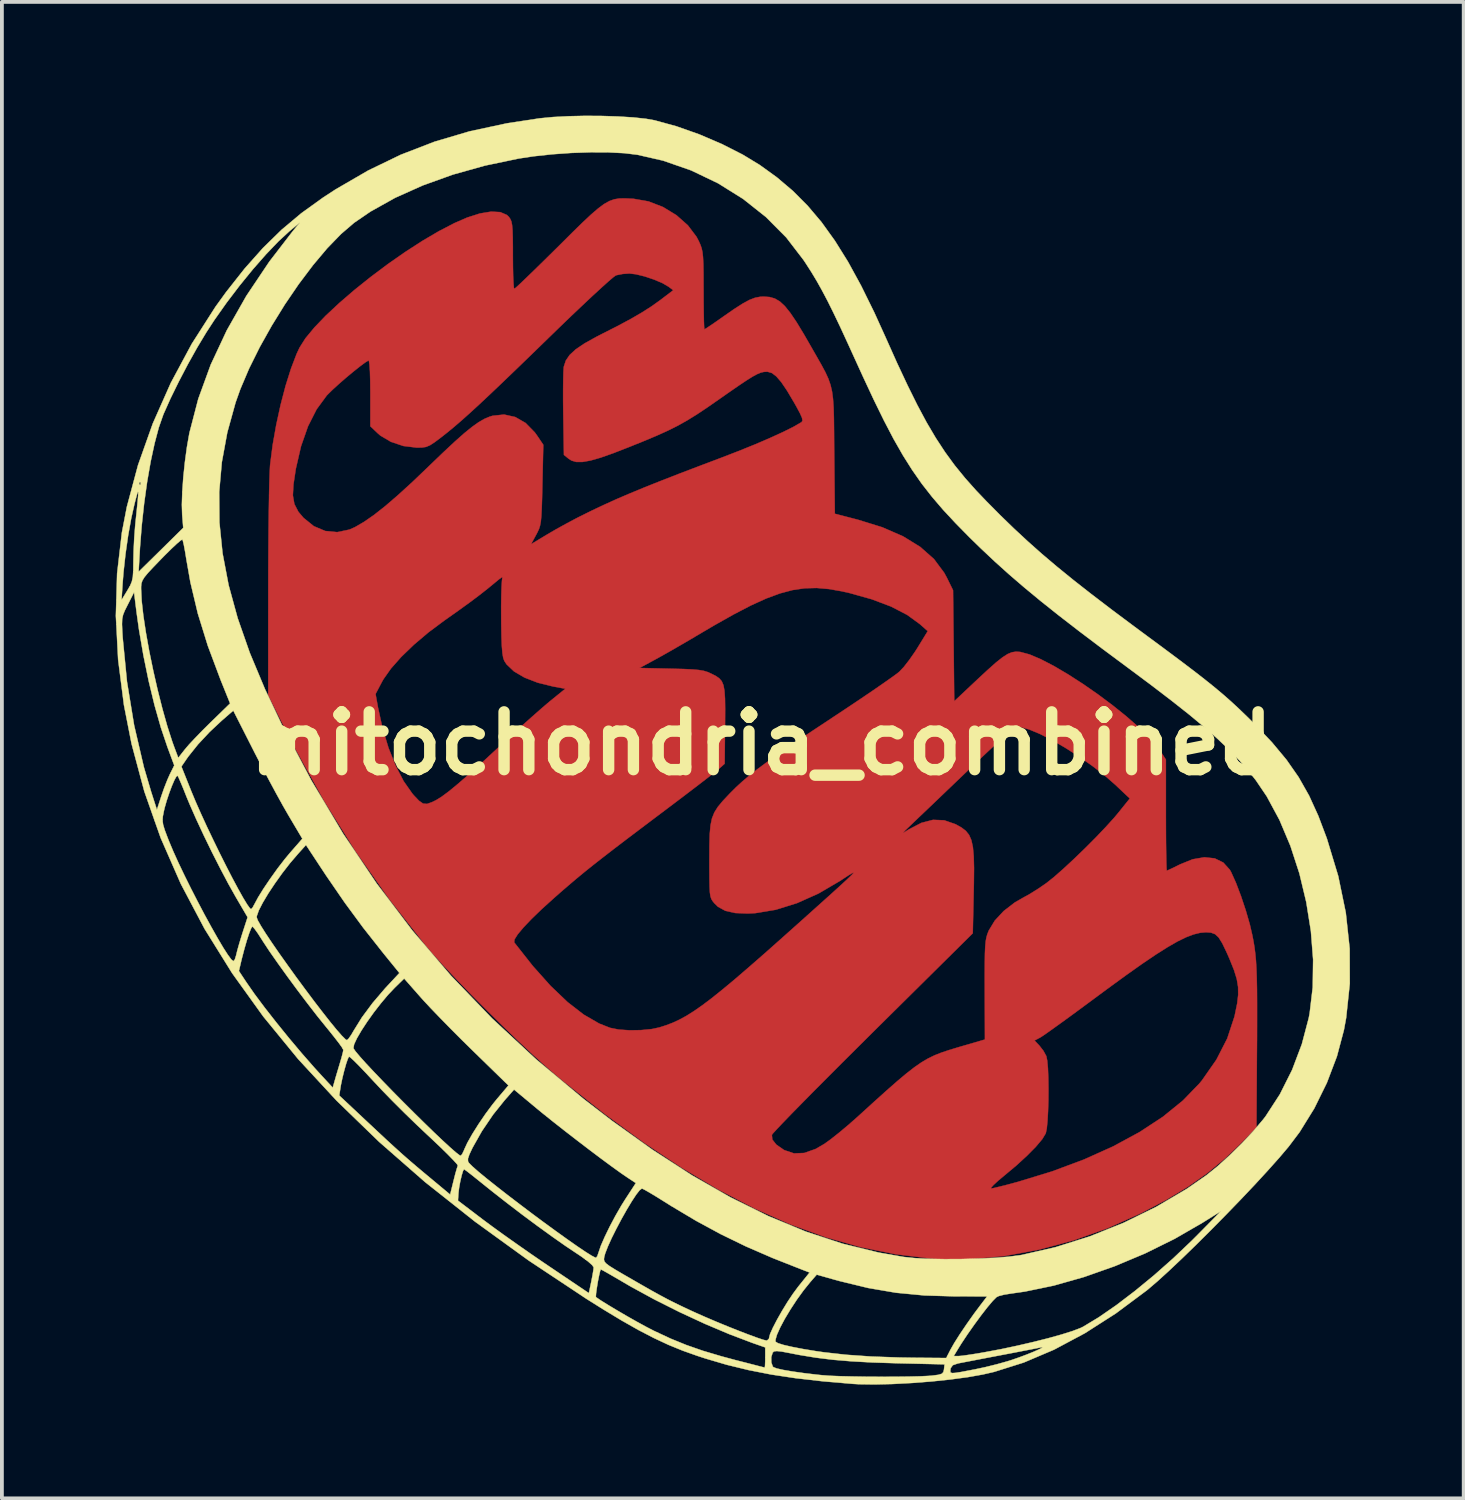
<source format=kicad_pcb>
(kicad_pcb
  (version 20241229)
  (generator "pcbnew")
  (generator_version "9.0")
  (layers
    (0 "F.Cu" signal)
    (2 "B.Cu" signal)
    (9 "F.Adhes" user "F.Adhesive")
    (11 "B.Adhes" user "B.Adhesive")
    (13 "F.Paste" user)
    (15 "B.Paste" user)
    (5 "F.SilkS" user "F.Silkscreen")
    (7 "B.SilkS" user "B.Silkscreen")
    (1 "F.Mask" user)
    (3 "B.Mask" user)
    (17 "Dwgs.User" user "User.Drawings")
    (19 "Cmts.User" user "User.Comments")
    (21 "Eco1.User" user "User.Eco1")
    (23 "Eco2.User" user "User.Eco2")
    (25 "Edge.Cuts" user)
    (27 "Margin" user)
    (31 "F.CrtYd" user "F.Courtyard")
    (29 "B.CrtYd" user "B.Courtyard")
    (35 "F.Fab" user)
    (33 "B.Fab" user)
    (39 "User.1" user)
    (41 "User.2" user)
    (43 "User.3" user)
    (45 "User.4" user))
  (footprint "mitochondria_combined"
    (layer "F.Cu")
    (at 17.028 16.557)
    (property "Reference" "mitochondria_combined" (at 0 0 0) (layer "F.SilkS") (effects (font (size 1.524 1.524) (thickness 0.3))))
    (attr through_hole)
    (fp_poly (pts (xy -3.432 -14.368) (xy -3.365 -14.364) (xy -2.974 -14.295) (xy -2.592 -14.147) (xy -2.241 -13.933) (xy -1.939 -13.666) (xy -1.709 -13.361) (xy -1.648 -13.244) (xy -1.606 -13.149) (xy -1.575 -13.059) (xy -1.553 -12.957) (xy -1.539 -12.827) (xy -1.53 -12.651) (xy -1.526 -12.413) (xy -1.525 -12.096) (xy -1.524 -11.951) (xy -1.523 -11.64) (xy -1.52 -11.367) (xy -1.516 -11.146) (xy -1.51 -10.994) (xy -1.503 -10.925) (xy -1.501 -10.922) (xy -1.453 -10.95) (xy -1.34 -11.025) (xy -1.179 -11.135) (xy -1.006 -11.257) (xy -0.718 -11.457) (xy -0.493 -11.601) (xy -0.315 -11.698) (xy -0.166 -11.755) (xy -0.03 -11.781) (xy 0.061 -11.785) (xy 0.216 -11.774) (xy 0.354 -11.735) (xy 0.486 -11.658) (xy 0.619 -11.535) (xy 0.764 -11.355) (xy 0.929 -11.11) (xy 1.123 -10.79) (xy 1.294 -10.493) (xy 1.455 -10.212) (xy 1.585 -9.983) (xy 1.688 -9.791) (xy 1.766 -9.621) (xy 1.823 -9.458) (xy 1.863 -9.287) (xy 1.889 -9.093) (xy 1.905 -8.861) (xy 1.913 -8.575) (xy 1.917 -8.22) (xy 1.92 -7.782) (xy 1.921 -7.691) (xy 1.937 -6.059) (xy 2.547 -5.901) (xy 3.187 -5.703) (xy 3.734 -5.465) (xy 4.188 -5.186) (xy 4.551 -4.865) (xy 4.821 -4.503) (xy 4.889 -4.378) (xy 5.055 -4.041) (xy 5.086 -1.115) (xy 5.695 -1.688) (xy 5.97 -1.943) (xy 6.186 -2.135) (xy 6.356 -2.27) (xy 6.492 -2.358) (xy 6.607 -2.406) (xy 6.714 -2.422) (xy 6.825 -2.415) (xy 6.833 -2.413) (xy 7.072 -2.349) (xy 7.371 -2.222) (xy 7.714 -2.044) (xy 8.089 -1.823) (xy 8.482 -1.57) (xy 8.879 -1.294) (xy 9.266 -1.005) (xy 9.63 -0.712) (xy 9.957 -0.425) (xy 10.234 -0.154) (xy 10.446 0.092) (xy 10.523 0.2) (xy 10.668 0.426) (xy 10.668 1.89) (xy 10.669 2.263) (xy 10.671 2.602) (xy 10.675 2.892) (xy 10.679 3.122) (xy 10.684 3.279) (xy 10.69 3.35) (xy 10.692 3.353) (xy 10.746 3.331) (xy 10.865 3.275) (xy 11.024 3.196) (xy 11.035 3.19) (xy 11.373 3.053) (xy 11.683 3) (xy 11.955 3.029) (xy 12.181 3.139) (xy 12.353 3.329) (xy 12.387 3.389) (xy 12.516 3.675) (xy 12.649 4.026) (xy 12.775 4.404) (xy 12.882 4.775) (xy 12.947 5.057) (xy 12.979 5.221) (xy 13.005 5.38) (xy 13.026 5.546) (xy 13.043 5.728) (xy 13.055 5.937) (xy 13.064 6.185) (xy 13.07 6.482) (xy 13.072 6.839) (xy 13.072 7.267) (xy 13.071 7.776) (xy 13.067 8.299) (xy 13.056 10.12) (xy 12.687 10.5) (xy 12.238 10.933) (xy 11.765 11.325) (xy 11.25 11.688) (xy 10.672 12.037) (xy 10.014 12.385) (xy 10.006 12.389) (xy 9.131 12.782) (xy 8.233 13.102) (xy 7.325 13.347) (xy 6.423 13.513) (xy 5.539 13.597) (xy 4.687 13.597) (xy 4.445 13.58) (xy 3.528 13.467) (xy 2.613 13.281) (xy 1.696 13.021) (xy 0.77 12.684) (xy -0.167 12.268) (xy -1.122 11.771) (xy -1.182 11.735) (xy 6.057 11.735) (xy 6.131 11.722) (xy 6.282 11.686) (xy 6.489 11.634) (xy 6.73 11.569) (xy 6.76 11.561) (xy 7.666 11.284) (xy 8.508 10.97) (xy 9.279 10.623) (xy 9.975 10.246) (xy 10.589 9.843) (xy 11.115 9.416) (xy 11.548 8.969) (xy 11.62 8.882) (xy 12 8.337) (xy 12.285 7.78) (xy 12.477 7.198) (xy 12.548 6.853) (xy 12.574 6.628) (xy 12.572 6.421) (xy 12.537 6.211) (xy 12.463 5.972) (xy 12.346 5.681) (xy 12.265 5.498) (xy 12.154 5.267) (xy 12.06 5.116) (xy 11.966 5.028) (xy 11.856 4.987) (xy 11.727 4.978) (xy 11.572 4.991) (xy 11.401 5.033) (xy 11.204 5.107) (xy 10.976 5.218) (xy 10.71 5.371) (xy 10.397 5.569) (xy 10.031 5.817) (xy 9.605 6.119) (xy 9.111 6.479) (xy 8.833 6.685) (xy 8.504 6.928) (xy 8.196 7.155) (xy 7.918 7.357) (xy 7.683 7.526) (xy 7.501 7.655) (xy 7.383 7.735) (xy 7.348 7.756) (xy 7.203 7.832) (xy 7.332 7.967) (xy 7.437 8.102) (xy 7.513 8.241) (xy 7.515 8.246) (xy 7.539 8.366) (xy 7.557 8.564) (xy 7.567 8.818) (xy 7.571 9.107) (xy 7.569 9.407) (xy 7.56 9.696) (xy 7.546 9.952) (xy 7.526 10.154) (xy 7.5 10.278) (xy 7.497 10.284) (xy 7.405 10.436) (xy 7.238 10.634) (xy 7.007 10.868) (xy 6.724 11.128) (xy 6.406 11.394) (xy 6.242 11.531) (xy 6.122 11.642) (xy 6.058 11.714) (xy 6.057 11.735) (xy -1.182 11.735) (xy -2.098 11.19) (xy -3.1 10.524) (xy -3.378 10.32) (xy 0.277 10.32) (xy 0.289 10.445) (xy 0.395 10.579) (xy 0.591 10.715) (xy 0.61 10.725) (xy 0.86 10.809) (xy 1.131 10.798) (xy 1.429 10.693) (xy 1.662 10.558) (xy 1.831 10.436) (xy 2.047 10.265) (xy 2.285 10.066) (xy 2.519 9.86) (xy 2.558 9.825) (xy 2.961 9.458) (xy 3.3 9.153) (xy 3.585 8.903) (xy 3.826 8.7) (xy 4.035 8.538) (xy 4.221 8.409) (xy 4.396 8.306) (xy 4.569 8.222) (xy 4.751 8.15) (xy 4.953 8.083) (xy 5.184 8.013) (xy 5.235 7.998) (xy 5.895 7.806) (xy 5.891 6.497) (xy 5.89 6.095) (xy 5.892 5.78) (xy 5.895 5.54) (xy 5.903 5.359) (xy 5.915 5.223) (xy 5.933 5.119) (xy 5.957 5.033) (xy 5.989 4.951) (xy 5.997 4.932) (xy 6.155 4.671) (xy 6.391 4.417) (xy 6.683 4.192) (xy 6.89 4.073) (xy 7.086 3.964) (xy 7.312 3.822) (xy 7.518 3.68) (xy 7.717 3.521) (xy 7.964 3.304) (xy 8.242 3.046) (xy 8.534 2.764) (xy 8.82 2.477) (xy 9.082 2.202) (xy 9.304 1.957) (xy 9.41 1.83) (xy 9.716 1.45) (xy 9.324 1.08) (xy 9.042 0.834) (xy 8.717 0.583) (xy 8.366 0.337) (xy 8.007 0.108) (xy 7.658 -0.094) (xy 7.335 -0.257) (xy 7.056 -0.373) (xy 6.877 -0.422) (xy 6.822 -0.429) (xy 6.765 -0.422) (xy 6.699 -0.397) (xy 6.615 -0.347) (xy 6.506 -0.266) (xy 6.365 -0.147) (xy 6.184 0.015) (xy 5.956 0.228) (xy 5.672 0.496) (xy 5.325 0.827) (xy 5.188 0.958) (xy 4.909 1.225) (xy 4.641 1.482) (xy 4.396 1.716) (xy 4.187 1.915) (xy 4.027 2.068) (xy 3.937 2.154) (xy 3.806 2.279) (xy 3.746 2.341) (xy 3.753 2.348) (xy 3.824 2.306) (xy 3.886 2.266) (xy 4.219 2.093) (xy 4.527 2.013) (xy 4.823 2.025) (xy 5.119 2.128) (xy 5.131 2.134) (xy 5.277 2.216) (xy 5.391 2.303) (xy 5.477 2.41) (xy 5.538 2.549) (xy 5.578 2.732) (xy 5.6 2.972) (xy 5.608 3.283) (xy 5.604 3.676) (xy 5.6 3.886) (xy 5.575 5.004) (xy 2.942 7.611) (xy 2.512 8.039) (xy 2.102 8.447) (xy 1.72 8.83) (xy 1.369 9.182) (xy 1.058 9.498) (xy 0.79 9.771) (xy 0.573 9.996) (xy 0.411 10.167) (xy 0.31 10.277) (xy 0.277 10.32) (xy -3.378 10.32) (xy -4.132 9.769) (xy -5.2 8.924) (xy -5.385 8.772) (xy -5.683 8.515) (xy -6.031 8.201) (xy -6.414 7.842) (xy -6.818 7.453) (xy -7.229 7.048) (xy -7.632 6.643) (xy -8.013 6.249) (xy -8.358 5.883) (xy -8.653 5.558) (xy -8.845 5.334) (xy -8.916 5.244) (xy -6.519 5.244) (xy -6.517 5.246) (xy -6.027 5.867) (xy -5.559 6.391) (xy -5.112 6.818) (xy -4.685 7.149) (xy -4.277 7.385) (xy -3.99 7.498) (xy -3.765 7.543) (xy -3.48 7.563) (xy -3.175 7.558) (xy -2.888 7.53) (xy -2.689 7.487) (xy -2.511 7.43) (xy -2.338 7.364) (xy -2.163 7.283) (xy -1.979 7.183) (xy -1.78 7.058) (xy -1.56 6.905) (xy -1.311 6.717) (xy -1.028 6.49) (xy -0.703 6.22) (xy -0.331 5.9) (xy 0.096 5.527) (xy 0.583 5.094) (xy 1.137 4.599) (xy 1.199 4.543) (xy 1.567 4.213) (xy 1.864 3.946) (xy 2.093 3.738) (xy 2.26 3.584) (xy 2.368 3.48) (xy 2.423 3.422) (xy 2.427 3.404) (xy 2.386 3.423) (xy 2.303 3.473) (xy 2.184 3.551) (xy 2.068 3.627) (xy 1.506 3.956) (xy 0.938 4.21) (xy 0.378 4.384) (xy -0.159 4.473) (xy -0.356 4.483) (xy -0.692 4.47) (xy -0.951 4.411) (xy -1.146 4.304) (xy -1.243 4.209) (xy -1.287 4.154) (xy -1.32 4.099) (xy -1.343 4.028) (xy -1.358 3.927) (xy -1.366 3.779) (xy -1.37 3.57) (xy -1.372 3.283) (xy -1.372 3.067) (xy -1.37 2.687) (xy -1.362 2.39) (xy -1.341 2.158) (xy -1.302 1.972) (xy -1.239 1.816) (xy -1.146 1.669) (xy -1.018 1.515) (xy -0.848 1.334) (xy -0.818 1.303) (xy -0.668 1.153) (xy -0.504 1.003) (xy -0.318 0.845) (xy -0.101 0.674) (xy 0.157 0.483) (xy 0.463 0.266) (xy 0.826 0.016) (xy 1.255 -0.273) (xy 1.76 -0.607) (xy 1.935 -0.723) (xy 2.294 -0.961) (xy 2.634 -1.189) (xy 2.944 -1.399) (xy 3.212 -1.584) (xy 3.427 -1.735) (xy 3.577 -1.844) (xy 3.642 -1.897) (xy 3.76 -2.023) (xy 3.903 -2.207) (xy 4.05 -2.418) (xy 4.117 -2.523) (xy 4.387 -2.964) (xy 4.179 -3.149) (xy 3.845 -3.392) (xy 3.42 -3.612) (xy 2.912 -3.804) (xy 2.33 -3.967) (xy 2.118 -4.015) (xy 1.779 -4.074) (xy 1.459 -4.102) (xy 1.145 -4.094) (xy 0.827 -4.048) (xy 0.492 -3.959) (xy 0.129 -3.825) (xy -0.274 -3.642) (xy -0.728 -3.406) (xy -1.245 -3.115) (xy -1.573 -2.922) (xy -1.865 -2.749) (xy -2.162 -2.576) (xy -2.44 -2.416) (xy -2.673 -2.285) (xy -2.787 -2.222) (xy -3.212 -1.992) (xy -2.381 -1.973) (xy -2.061 -1.965) (xy -1.824 -1.954) (xy -1.651 -1.939) (xy -1.521 -1.917) (xy -1.417 -1.885) (xy -1.321 -1.842) (xy -1.201 -1.781) (xy -1.111 -1.719) (xy -1.045 -1.643) (xy -1 -1.538) (xy -0.973 -1.391) (xy -0.959 -1.187) (xy -0.955 -0.912) (xy -0.957 -0.552) (xy -0.958 -0.483) (xy -0.968 0.533) (xy -1.132 0.679) (xy -1.21 0.743) (xy -1.36 0.86) (xy -1.569 1.022) (xy -1.828 1.22) (xy -2.125 1.446) (xy -2.451 1.692) (xy -2.718 1.893) (xy -3.181 2.242) (xy -3.574 2.539) (xy -3.907 2.793) (xy -4.192 3.014) (xy -4.441 3.209) (xy -4.663 3.387) (xy -4.87 3.558) (xy -5.074 3.731) (xy -5.285 3.913) (xy -5.471 4.077) (xy -5.792 4.367) (xy -6.062 4.628) (xy -6.276 4.853) (xy -6.427 5.034) (xy -6.51 5.167) (xy -6.519 5.244) (xy -8.916 5.244) (xy -9.813 4.103) (xy -10.702 2.84) (xy -11.523 1.526) (xy -12.289 0.142) (xy -12.526 -0.32) (xy -13.005 -1.275) (xy -13.005 -1.306) (xy -10.174 -1.306) (xy -10.109 -0.945) (xy -9.989 -0.399) (xy -9.832 0.118) (xy -9.644 0.587) (xy -9.434 0.993) (xy -9.207 1.317) (xy -9.166 1.365) (xy -9.028 1.51) (xy -8.922 1.584) (xy -8.816 1.593) (xy -8.68 1.544) (xy -8.577 1.493) (xy -8.434 1.405) (xy -8.239 1.26) (xy -7.988 1.053) (xy -7.677 0.782) (xy -7.303 0.444) (xy -6.898 0.069) (xy -6.618 -0.19) (xy -6.336 -0.448) (xy -6.068 -0.688) (xy -5.832 -0.896) (xy -5.646 -1.056) (xy -5.584 -1.108) (xy -5.17 -1.444) (xy -5.493 -1.504) (xy -5.898 -1.604) (xy -6.246 -1.739) (xy -6.524 -1.902) (xy -6.719 -2.087) (xy -6.78 -2.181) (xy -6.808 -2.26) (xy -6.829 -2.384) (xy -6.844 -2.566) (xy -6.854 -2.819) (xy -6.86 -3.155) (xy -6.861 -3.317) (xy -6.862 -3.628) (xy -6.858 -3.906) (xy -6.851 -4.134) (xy -6.841 -4.296) (xy -6.83 -4.375) (xy -6.828 -4.378) (xy -6.841 -4.385) (xy -6.913 -4.335) (xy -7.013 -4.253) (xy -7.218 -4.084) (xy -7.44 -3.91) (xy -7.694 -3.719) (xy -8 -3.498) (xy -8.357 -3.246) (xy -8.777 -2.933) (xy -9.161 -2.608) (xy -9.496 -2.285) (xy -9.769 -1.976) (xy -9.966 -1.696) (xy -10.003 -1.631) (xy -10.174 -1.306) (xy -13.005 -1.306) (xy -13.004 -4.079) (xy -13.003 -4.621) (xy -13 -5.146) (xy -12.996 -5.644) (xy -12.99 -6.102) (xy -12.983 -6.509) (xy -12.983 -6.544) (xy -12.355 -6.544) (xy -12.315 -6.315) (xy -12.211 -6.113) (xy -12.075 -5.952) (xy -11.802 -5.731) (xy -11.502 -5.604) (xy -11.186 -5.574) (xy -10.865 -5.641) (xy -10.717 -5.706) (xy -10.48 -5.844) (xy -10.217 -6.026) (xy -9.921 -6.259) (xy -9.583 -6.55) (xy -9.195 -6.904) (xy -8.75 -7.33) (xy -8.739 -7.341) (xy -8.381 -7.685) (xy -8.083 -7.963) (xy -7.836 -8.182) (xy -7.63 -8.349) (xy -7.456 -8.473) (xy -7.303 -8.561) (xy -7.163 -8.62) (xy -7.091 -8.642) (xy -6.785 -8.675) (xy -6.491 -8.61) (xy -6.218 -8.453) (xy -5.975 -8.205) (xy -5.911 -8.116) (xy -5.751 -7.878) (xy -5.775 -6.822) (xy -5.783 -6.468) (xy -5.792 -6.199) (xy -5.802 -5.999) (xy -5.816 -5.853) (xy -5.837 -5.743) (xy -5.865 -5.655) (xy -5.904 -5.572) (xy -5.936 -5.511) (xy -6.074 -5.256) (xy -5.666 -5.502) (xy -5.43 -5.64) (xy -5.15 -5.795) (xy -4.874 -5.942) (xy -4.775 -5.992) (xy -4.468 -6.144) (xy -4.157 -6.291) (xy -3.831 -6.439) (xy -3.477 -6.591) (xy -3.083 -6.754) (xy -2.638 -6.931) (xy -2.13 -7.129) (xy -1.546 -7.351) (xy -1.067 -7.532) (xy -0.598 -7.713) (xy -0.158 -7.891) (xy 0.241 -8.063) (xy 0.584 -8.22) (xy 0.859 -8.358) (xy 1.051 -8.47) (xy 1.061 -8.476) (xy 1.084 -8.514) (xy 1.072 -8.587) (xy 1.018 -8.709) (xy 0.918 -8.895) (xy 0.862 -8.994) (xy 0.678 -9.304) (xy 0.525 -9.53) (xy 0.394 -9.682) (xy 0.278 -9.77) (xy 0.168 -9.803) (xy 0.145 -9.804) (xy 0.067 -9.8) (xy -0.013 -9.782) (xy -0.108 -9.743) (xy -0.23 -9.677) (xy -0.39 -9.577) (xy -0.601 -9.436) (xy -0.874 -9.247) (xy -1.1 -9.089) (xy -1.426 -8.862) (xy -1.705 -8.676) (xy -1.958 -8.52) (xy -2.204 -8.382) (xy -2.466 -8.251) (xy -2.763 -8.117) (xy -3.116 -7.969) (xy -3.488 -7.819) (xy -3.904 -7.657) (xy -4.241 -7.538) (xy -4.509 -7.462) (xy -4.719 -7.425) (xy -4.881 -7.425) (xy -5.006 -7.461) (xy -5.08 -7.508) (xy -5.207 -7.611) (xy -5.224 -8.688) (xy -5.228 -9.02) (xy -5.228 -9.328) (xy -5.225 -9.592) (xy -5.22 -9.796) (xy -5.212 -9.921) (xy -5.209 -9.939) (xy -5.157 -10.098) (xy -5.056 -10.246) (xy -4.896 -10.394) (xy -4.665 -10.55) (xy -4.353 -10.724) (xy -4.195 -10.805) (xy -3.777 -11.017) (xy -3.435 -11.201) (xy -3.148 -11.368) (xy -2.897 -11.528) (xy -2.665 -11.694) (xy -2.623 -11.726) (xy -2.324 -11.954) (xy -2.445 -12.045) (xy -2.606 -12.14) (xy -2.83 -12.235) (xy -3.077 -12.318) (xy -3.31 -12.375) (xy -3.479 -12.395) (xy -3.654 -12.383) (xy -3.808 -12.353) (xy -3.838 -12.344) (xy -3.902 -12.298) (xy -4.031 -12.189) (xy -4.215 -12.023) (xy -4.447 -11.81) (xy -4.718 -11.555) (xy -5.021 -11.268) (xy -5.346 -10.955) (xy -5.53 -10.776) (xy -6.03 -10.29) (xy -6.465 -9.869) (xy -6.842 -9.507) (xy -7.167 -9.198) (xy -7.448 -8.935) (xy -7.691 -8.712) (xy -7.902 -8.523) (xy -8.09 -8.361) (xy -8.26 -8.22) (xy -8.419 -8.094) (xy -8.427 -8.088) (xy -8.607 -7.952) (xy -8.736 -7.867) (xy -8.842 -7.822) (xy -8.951 -7.805) (xy -9.091 -7.803) (xy -9.44 -7.846) (xy -9.77 -7.956) (xy -10.049 -8.122) (xy -10.12 -8.184) (xy -10.312 -8.366) (xy -10.312 -9.242) (xy -10.315 -9.554) (xy -10.322 -9.806) (xy -10.334 -9.988) (xy -10.349 -10.086) (xy -10.36 -10.101) (xy -10.443 -10.051) (xy -10.581 -9.949) (xy -10.756 -9.81) (xy -10.948 -9.65) (xy -11.138 -9.485) (xy -11.307 -9.331) (xy -11.436 -9.204) (xy -11.463 -9.176) (xy -11.729 -8.813) (xy -11.956 -8.364) (xy -12.14 -7.838) (xy -12.277 -7.244) (xy -12.339 -6.833) (xy -12.355 -6.544) (xy -12.983 -6.544) (xy -12.976 -6.854) (xy -12.967 -7.125) (xy -12.958 -7.311) (xy -12.953 -7.366) (xy -12.887 -7.877) (xy -12.793 -8.407) (xy -12.678 -8.933) (xy -12.547 -9.433) (xy -12.404 -9.887) (xy -12.257 -10.272) (xy -12.179 -10.439) (xy -12.023 -10.686) (xy -11.788 -10.97) (xy -11.487 -11.284) (xy -11.131 -11.616) (xy -10.733 -11.959) (xy -10.303 -12.303) (xy -9.854 -12.64) (xy -9.397 -12.959) (xy -8.944 -13.252) (xy -8.507 -13.509) (xy -8.098 -13.722) (xy -7.761 -13.869) (xy -7.42 -13.978) (xy -7.125 -14.026) (xy -6.884 -14.013) (xy -6.711 -13.938) (xy -6.658 -13.887) (xy -6.62 -13.831) (xy -6.592 -13.766) (xy -6.574 -13.674) (xy -6.562 -13.539) (xy -6.556 -13.346) (xy -6.553 -13.077) (xy -6.553 -12.871) (xy -6.551 -12.584) (xy -6.546 -12.337) (xy -6.537 -12.144) (xy -6.527 -12.023) (xy -6.517 -11.989) (xy -6.473 -12.023) (xy -6.366 -12.121) (xy -6.206 -12.274) (xy -6 -12.473) (xy -5.758 -12.71) (xy -5.489 -12.975) (xy -5.335 -13.127) (xy -4.997 -13.464) (xy -4.72 -13.735) (xy -4.493 -13.948) (xy -4.306 -14.109) (xy -4.149 -14.226) (xy -4.011 -14.304) (xy -3.881 -14.351) (xy -3.748 -14.373) (xy -3.602 -14.376) (xy -3.432 -14.368)) (stroke (width 0.01) (type solid)) (fill yes) (layer "F.Cu"))
    (fp_poly (pts (xy -3.432 -14.368) (xy -3.365 -14.364) (xy -2.974 -14.295) (xy -2.592 -14.147) (xy -2.241 -13.933) (xy -1.939 -13.666) (xy -1.709 -13.361) (xy -1.648 -13.244) (xy -1.606 -13.149) (xy -1.575 -13.059) (xy -1.553 -12.957) (xy -1.539 -12.827) (xy -1.53 -12.651) (xy -1.526 -12.413) (xy -1.525 -12.096) (xy -1.524 -11.951) (xy -1.523 -11.64) (xy -1.52 -11.367) (xy -1.516 -11.146) (xy -1.51 -10.994) (xy -1.503 -10.925) (xy -1.501 -10.922) (xy -1.453 -10.95) (xy -1.34 -11.025) (xy -1.179 -11.135) (xy -1.006 -11.257) (xy -0.718 -11.457) (xy -0.493 -11.601) (xy -0.315 -11.698) (xy -0.166 -11.755) (xy -0.03 -11.781) (xy 0.061 -11.785) (xy 0.216 -11.774) (xy 0.354 -11.735) (xy 0.486 -11.658) (xy 0.619 -11.535) (xy 0.764 -11.355) (xy 0.929 -11.11) (xy 1.123 -10.79) (xy 1.294 -10.493) (xy 1.455 -10.212) (xy 1.585 -9.983) (xy 1.688 -9.791) (xy 1.766 -9.621) (xy 1.823 -9.458) (xy 1.863 -9.287) (xy 1.889 -9.093) (xy 1.905 -8.861) (xy 1.913 -8.575) (xy 1.917 -8.22) (xy 1.92 -7.782) (xy 1.921 -7.691) (xy 1.937 -6.059) (xy 2.547 -5.901) (xy 3.187 -5.703) (xy 3.734 -5.465) (xy 4.188 -5.186) (xy 4.551 -4.865) (xy 4.821 -4.503) (xy 4.889 -4.378) (xy 5.055 -4.041) (xy 5.086 -1.115) (xy 5.695 -1.688) (xy 5.97 -1.943) (xy 6.186 -2.135) (xy 6.356 -2.27) (xy 6.492 -2.358) (xy 6.607 -2.406) (xy 6.714 -2.422) (xy 6.825 -2.415) (xy 6.833 -2.413) (xy 7.072 -2.349) (xy 7.371 -2.222) (xy 7.714 -2.044) (xy 8.089 -1.823) (xy 8.482 -1.57) (xy 8.879 -1.294) (xy 9.266 -1.005) (xy 9.63 -0.712) (xy 9.957 -0.425) (xy 10.234 -0.154) (xy 10.446 0.092) (xy 10.523 0.2) (xy 10.668 0.426) (xy 10.668 1.89) (xy 10.669 2.263) (xy 10.671 2.602) (xy 10.675 2.892) (xy 10.679 3.122) (xy 10.684 3.279) (xy 10.69 3.35) (xy 10.692 3.353) (xy 10.746 3.331) (xy 10.865 3.275) (xy 11.024 3.196) (xy 11.035 3.19) (xy 11.373 3.053) (xy 11.683 3) (xy 11.955 3.029) (xy 12.181 3.139) (xy 12.353 3.329) (xy 12.387 3.389) (xy 12.516 3.675) (xy 12.649 4.026) (xy 12.777 4.408) (xy 12.886 4.786) (xy 12.956 5.082) (xy 12.983 5.215) (xy 13.005 5.341) (xy 13.022 5.471) (xy 13.036 5.616) (xy 13.046 5.787) (xy 13.053 5.996) (xy 13.058 6.254) (xy 13.06 6.572) (xy 13.061 6.96) (xy 13.06 7.43) (xy 13.059 7.844) (xy 13.056 8.43) (xy 13.051 8.92) (xy 13.045 9.321) (xy 13.037 9.638) (xy 13.027 9.877) (xy 13.015 10.044) (xy 13.001 10.146) (xy 12.99 10.181) (xy 12.971 10.195) (xy 12.955 10.162) (xy 12.942 10.071) (xy 12.931 9.914) (xy 12.921 9.683) (xy 12.913 9.368) (xy 12.904 8.961) (xy 12.903 8.915) (xy 12.895 8.509) (xy 12.888 8.195) (xy 12.88 7.964) (xy 12.872 7.807) (xy 12.862 7.714) (xy 12.849 7.677) (xy 12.833 7.686) (xy 12.813 7.731) (xy 12.807 7.747) (xy 12.553 8.328) (xy 12.204 8.887) (xy 11.764 9.42) (xy 11.239 9.922) (xy 10.634 10.387) (xy 9.952 10.81) (xy 9.794 10.896) (xy 9.007 11.274) (xy 8.128 11.621) (xy 7.163 11.935) (xy 6.116 12.214) (xy 5.527 12.348) (xy 5.353 12.38) (xy 5.241 12.383) (xy 5.154 12.353) (xy 5.11 12.327) (xy 5.011 12.267) (xy 4.955 12.243) (xy 4.945 12.291) (xy 4.937 12.421) (xy 4.931 12.617) (xy 4.928 12.858) (xy 4.928 12.929) (xy 4.926 13.21) (xy 4.92 13.404) (xy 4.908 13.526) (xy 4.889 13.591) (xy 4.86 13.614) (xy 4.851 13.614) (xy 4.824 13.601) (xy 4.804 13.553) (xy 4.789 13.458) (xy 4.778 13.302) (xy 4.771 13.073) (xy 4.765 12.759) (xy 4.764 12.662) (xy 4.76 12.243) (xy 4.759 11.911) (xy 4.763 11.65) (xy 4.768 11.511) (xy 5.232 11.511) (xy 5.247 11.727) (xy 5.296 11.85) (xy 5.387 11.884) (xy 5.528 11.834) (xy 5.682 11.735) (xy 6.057 11.735) (xy 6.131 11.722) (xy 6.282 11.686) (xy 6.489 11.634) (xy 6.73 11.569) (xy 6.76 11.561) (xy 7.666 11.284) (xy 8.508 10.97) (xy 9.279 10.623) (xy 9.975 10.246) (xy 10.589 9.843) (xy 11.115 9.416) (xy 11.548 8.969) (xy 11.62 8.882) (xy 12 8.337) (xy 12.285 7.78) (xy 12.477 7.198) (xy 12.548 6.853) (xy 12.574 6.628) (xy 12.572 6.421) (xy 12.537 6.211) (xy 12.463 5.972) (xy 12.346 5.681) (xy 12.265 5.498) (xy 12.154 5.267) (xy 12.06 5.116) (xy 11.966 5.028) (xy 11.856 4.987) (xy 11.727 4.978) (xy 11.572 4.991) (xy 11.401 5.033) (xy 11.204 5.107) (xy 10.976 5.218) (xy 10.71 5.371) (xy 10.397 5.569) (xy 10.031 5.817) (xy 9.605 6.119) (xy 9.111 6.479) (xy 8.833 6.685) (xy 8.504 6.928) (xy 8.196 7.155) (xy 7.918 7.357) (xy 7.683 7.526) (xy 7.501 7.655) (xy 7.383 7.735) (xy 7.348 7.756) (xy 7.203 7.832) (xy 7.332 7.967) (xy 7.437 8.102) (xy 7.513 8.241) (xy 7.515 8.246) (xy 7.539 8.366) (xy 7.557 8.564) (xy 7.567 8.818) (xy 7.571 9.107) (xy 7.569 9.407) (xy 7.56 9.696) (xy 7.546 9.952) (xy 7.526 10.154) (xy 7.5 10.278) (xy 7.497 10.284) (xy 7.405 10.436) (xy 7.238 10.634) (xy 7.007 10.868) (xy 6.724 11.128) (xy 6.406 11.394) (xy 6.242 11.531) (xy 6.122 11.642) (xy 6.058 11.714) (xy 6.057 11.735) (xy 5.682 11.735) (xy 5.695 11.727) (xy 5.943 11.541) (xy 6.21 11.329) (xy 6.478 11.105) (xy 6.728 10.887) (xy 6.943 10.688) (xy 7.105 10.525) (xy 7.166 10.455) (xy 7.366 10.202) (xy 7.366 8.981) (xy 7.054 9.27) (xy 6.886 9.418) (xy 6.667 9.603) (xy 6.425 9.8) (xy 6.21 9.969) (xy 5.995 10.142) (xy 5.796 10.315) (xy 5.635 10.466) (xy 5.534 10.579) (xy 5.531 10.583) (xy 5.378 10.86) (xy 5.273 11.183) (xy 5.232 11.502) (xy 5.232 11.511) (xy 4.768 11.511) (xy 4.771 11.445) (xy 4.784 11.283) (xy 4.804 11.146) (xy 4.831 11.022) (xy 4.858 10.923) (xy 4.922 10.724) (xy 4.997 10.547) (xy 5.095 10.382) (xy 5.225 10.216) (xy 5.397 10.037) (xy 5.622 9.833) (xy 5.91 9.594) (xy 6.243 9.329) (xy 6.573 9.059) (xy 6.818 8.834) (xy 6.978 8.65) (xy 7.057 8.503) (xy 7.057 8.388) (xy 6.98 8.3) (xy 6.828 8.235) (xy 6.809 8.23) (xy 6.597 8.204) (xy 6.32 8.223) (xy 5.971 8.289) (xy 5.542 8.402) (xy 5.334 8.465) (xy 5.087 8.543) (xy 4.881 8.613) (xy 4.703 8.685) (xy 4.54 8.766) (xy 4.378 8.866) (xy 4.204 8.994) (xy 4.004 9.158) (xy 3.765 9.367) (xy 3.475 9.631) (xy 3.236 9.849) (xy 2.816 10.228) (xy 2.456 10.539) (xy 2.147 10.788) (xy 1.881 10.979) (xy 1.649 11.12) (xy 1.441 11.215) (xy 1.249 11.271) (xy 1.064 11.293) (xy 1.016 11.294) (xy 0.652 11.246) (xy 0.321 11.103) (xy 0.023 10.863) (xy -0.159 10.648) (xy -0.305 10.45) (xy -0.305 11.325) (xy -0.306 11.656) (xy -0.312 11.896) (xy -0.322 12.056) (xy -0.337 12.147) (xy -0.359 12.18) (xy -0.368 12.179) (xy -0.388 12.15) (xy -0.403 12.069) (xy -0.414 11.929) (xy -0.423 11.721) (xy -0.428 11.437) (xy -0.431 11.066) (xy -0.432 10.664) (xy -0.432 10.32) (xy 0.277 10.32) (xy 0.289 10.445) (xy 0.395 10.579) (xy 0.591 10.715) (xy 0.61 10.725) (xy 0.86 10.809) (xy 1.131 10.798) (xy 1.429 10.693) (xy 1.662 10.558) (xy 1.831 10.436) (xy 2.047 10.265) (xy 2.285 10.066) (xy 2.519 9.86) (xy 2.558 9.825) (xy 2.961 9.458) (xy 3.3 9.153) (xy 3.585 8.903) (xy 3.826 8.7) (xy 4.035 8.538) (xy 4.221 8.409) (xy 4.396 8.306) (xy 4.569 8.222) (xy 4.751 8.15) (xy 4.953 8.083) (xy 5.184 8.013) (xy 5.235 7.998) (xy 5.895 7.806) (xy 5.891 6.497) (xy 5.89 6.166) (xy 6.045 6.166) (xy 6.045 7.753) (xy 6.553 7.745) (xy 7.06 7.737) (xy 7.429 7.492) (xy 7.576 7.391) (xy 7.788 7.24) (xy 8.046 7.052) (xy 8.335 6.84) (xy 8.637 6.616) (xy 8.803 6.491) (xy 9.377 6.066) (xy 9.882 5.706) (xy 10.322 5.41) (xy 10.705 5.175) (xy 11.034 4.998) (xy 11.316 4.877) (xy 11.557 4.809) (xy 11.762 4.792) (xy 11.936 4.823) (xy 12.086 4.901) (xy 12.18 4.982) (xy 12.294 5.076) (xy 12.377 5.089) (xy 12.396 5.08) (xy 12.433 5.043) (xy 12.442 4.98) (xy 12.424 4.865) (xy 12.381 4.692) (xy 12.317 4.481) (xy 12.226 4.226) (xy 12.126 3.973) (xy 12.101 3.915) (xy 12.003 3.702) (xy 11.928 3.568) (xy 11.863 3.494) (xy 11.797 3.464) (xy 11.786 3.462) (xy 11.657 3.46) (xy 11.509 3.489) (xy 11.336 3.556) (xy 11.131 3.663) (xy 10.889 3.814) (xy 10.602 4.015) (xy 10.265 4.268) (xy 9.872 4.579) (xy 9.416 4.952) (xy 8.966 5.326) (xy 8.536 5.683) (xy 8.171 5.976) (xy 7.864 6.211) (xy 7.605 6.393) (xy 7.387 6.527) (xy 7.199 6.62) (xy 7.035 6.676) (xy 6.885 6.702) (xy 6.819 6.704) (xy 6.698 6.697) (xy 6.598 6.664) (xy 6.491 6.59) (xy 6.346 6.458) (xy 6.324 6.436) (xy 6.045 6.166) (xy 5.89 6.166) (xy 5.89 6.095) (xy 5.892 5.78) (xy 5.895 5.54) (xy 5.899 5.45) (xy 6.351 5.45) (xy 6.378 5.626) (xy 6.452 5.817) (xy 6.556 5.999) (xy 6.674 6.147) (xy 6.792 6.235) (xy 6.85 6.248) (xy 6.935 6.224) (xy 7.069 6.162) (xy 7.158 6.113) (xy 7.293 6.031) (xy 7.442 5.93) (xy 7.616 5.803) (xy 7.825 5.643) (xy 8.077 5.441) (xy 8.384 5.191) (xy 8.754 4.885) (xy 8.916 4.75) (xy 9.197 4.518) (xy 9.472 4.292) (xy 9.725 4.088) (xy 9.939 3.917) (xy 10.099 3.794) (xy 10.146 3.759) (xy 10.462 3.531) (xy 10.46 2.362) (xy 10.459 1.98) (xy 10.455 1.691) (xy 10.449 1.485) (xy 10.439 1.354) (xy 10.425 1.288) (xy 10.407 1.279) (xy 10.398 1.29) (xy 10.118 1.699) (xy 9.781 2.127) (xy 9.404 2.562) (xy 8.999 2.988) (xy 8.58 3.393) (xy 8.162 3.763) (xy 7.759 4.084) (xy 7.384 4.343) (xy 7.132 4.486) (xy 6.807 4.687) (xy 6.564 4.917) (xy 6.41 5.167) (xy 6.352 5.431) (xy 6.351 5.45) (xy 5.899 5.45) (xy 5.903 5.359) (xy 5.915 5.223) (xy 5.933 5.119) (xy 5.957 5.033) (xy 5.989 4.951) (xy 5.997 4.932) (xy 6.155 4.671) (xy 6.391 4.417) (xy 6.683 4.192) (xy 6.89 4.073) (xy 7.086 3.964) (xy 7.312 3.822) (xy 7.518 3.68) (xy 7.717 3.521) (xy 7.964 3.304) (xy 8.242 3.046) (xy 8.534 2.764) (xy 8.82 2.477) (xy 9.082 2.202) (xy 9.304 1.957) (xy 9.41 1.83) (xy 9.716 1.45) (xy 9.324 1.08) (xy 9.042 0.834) (xy 8.717 0.583) (xy 8.366 0.337) (xy 8.007 0.108) (xy 7.658 -0.094) (xy 7.335 -0.257) (xy 7.056 -0.373) (xy 6.877 -0.422) (xy 6.822 -0.429) (xy 6.765 -0.422) (xy 6.699 -0.397) (xy 6.615 -0.347) (xy 6.506 -0.266) (xy 6.365 -0.147) (xy 6.184 0.015) (xy 5.956 0.228) (xy 5.672 0.496) (xy 5.325 0.827) (xy 5.188 0.958) (xy 4.909 1.225) (xy 4.641 1.482) (xy 4.396 1.716) (xy 4.187 1.915) (xy 4.027 2.068) (xy 3.937 2.154) (xy 3.806 2.279) (xy 3.746 2.341) (xy 3.753 2.348) (xy 3.824 2.306) (xy 3.886 2.266) (xy 4.219 2.093) (xy 4.527 2.013) (xy 4.823 2.025) (xy 5.119 2.128) (xy 5.131 2.134) (xy 5.277 2.216) (xy 5.391 2.303) (xy 5.477 2.41) (xy 5.538 2.549) (xy 5.578 2.732) (xy 5.6 2.972) (xy 5.608 3.283) (xy 5.604 3.676) (xy 5.6 3.886) (xy 5.575 5.004) (xy 2.942 7.611) (xy 2.512 8.039) (xy 2.102 8.447) (xy 1.72 8.83) (xy 1.369 9.182) (xy 1.058 9.498) (xy 0.79 9.771) (xy 0.573 9.996) (xy 0.411 10.167) (xy 0.31 10.277) (xy 0.277 10.32) (xy -0.432 10.32) (xy -0.432 9.8) (xy 0.023 9.8) (xy 0.047 9.944) (xy 0.084 10.074) (xy 0.111 10.15) (xy 0.116 10.158) (xy 0.153 10.123) (xy 0.257 10.022) (xy 0.421 9.861) (xy 0.64 9.645) (xy 0.909 9.38) (xy 1.222 9.071) (xy 1.573 8.724) (xy 1.957 8.345) (xy 2.367 7.939) (xy 2.781 7.53) (xy 5.436 4.902) (xy 5.436 4.256) (xy 5.436 3.61) (xy 4.991 4.074) (xy 4.85 4.219) (xy 4.648 4.424) (xy 4.397 4.675) (xy 4.108 4.963) (xy 3.793 5.275) (xy 3.465 5.599) (xy 3.175 5.884) (xy 2.571 6.478) (xy 2.04 7.005) (xy 1.578 7.465) (xy 1.186 7.862) (xy 0.86 8.197) (xy 0.599 8.472) (xy 0.402 8.688) (xy 0.265 8.849) (xy 0.188 8.955) (xy 0.176 8.977) (xy 0.081 9.242) (xy 0.028 9.53) (xy 0.023 9.8) (xy -0.432 9.8) (xy -0.432 9.169) (xy -0.264 8.815) (xy -0.228 8.743) (xy -0.186 8.67) (xy -0.134 8.591) (xy -0.065 8.5) (xy 0.026 8.392) (xy 0.144 8.26) (xy 0.294 8.099) (xy 0.482 7.904) (xy 0.712 7.669) (xy 0.991 7.388) (xy 1.323 7.055) (xy 1.715 6.666) (xy 2.17 6.213) (xy 2.441 5.945) (xy 2.957 5.433) (xy 3.405 4.986) (xy 3.79 4.601) (xy 4.117 4.27) (xy 4.389 3.99) (xy 4.611 3.755) (xy 4.789 3.559) (xy 4.927 3.398) (xy 5.028 3.265) (xy 5.098 3.156) (xy 5.142 3.066) (xy 5.164 2.989) (xy 5.168 2.919) (xy 5.159 2.852) (xy 5.151 2.817) (xy 5.07 2.681) (xy 4.921 2.568) (xy 4.737 2.5) (xy 4.633 2.489) (xy 4.538 2.497) (xy 4.434 2.522) (xy 4.316 2.571) (xy 4.178 2.646) (xy 4.014 2.754) (xy 3.818 2.899) (xy 3.582 3.085) (xy 3.303 3.318) (xy 2.972 3.601) (xy 2.585 3.939) (xy 2.134 4.338) (xy 1.675 4.748) (xy 1.099 5.262) (xy 0.592 5.712) (xy 0.148 6.103) (xy -0.241 6.441) (xy -0.58 6.728) (xy -0.875 6.972) (xy -1.134 7.176) (xy -1.361 7.345) (xy -1.564 7.484) (xy -1.749 7.598) (xy -1.922 7.692) (xy -2.089 7.77) (xy -2.257 7.837) (xy -2.432 7.899) (xy -2.463 7.909) (xy -2.857 8.004) (xy -3.278 8.046) (xy -3.692 8.034) (xy -4.066 7.969) (xy -4.186 7.931) (xy -4.548 7.777) (xy -4.901 7.576) (xy -5.254 7.319) (xy -5.617 6.998) (xy -5.999 6.606) (xy -6.41 6.134) (xy -6.662 5.824) (xy -7.125 5.244) (xy -6.519 5.244) (xy -6.517 5.246) (xy -6.027 5.867) (xy -5.559 6.391) (xy -5.112 6.818) (xy -4.685 7.149) (xy -4.277 7.385) (xy -3.99 7.498) (xy -3.765 7.543) (xy -3.48 7.563) (xy -3.175 7.558) (xy -2.888 7.53) (xy -2.689 7.487) (xy -2.511 7.43) (xy -2.338 7.364) (xy -2.163 7.283) (xy -1.979 7.183) (xy -1.78 7.058) (xy -1.56 6.905) (xy -1.311 6.717) (xy -1.028 6.49) (xy -0.703 6.22) (xy -0.331 5.9) (xy 0.096 5.527) (xy 0.583 5.094) (xy 1.137 4.599) (xy 1.199 4.543) (xy 1.567 4.213) (xy 1.864 3.946) (xy 2.093 3.738) (xy 2.26 3.584) (xy 2.368 3.48) (xy 2.423 3.422) (xy 2.427 3.404) (xy 2.386 3.423) (xy 2.303 3.473) (xy 2.184 3.551) (xy 2.068 3.627) (xy 1.506 3.956) (xy 0.938 4.21) (xy 0.378 4.384) (xy -0.159 4.473) (xy -0.356 4.483) (xy -0.692 4.47) (xy -0.951 4.411) (xy -1.146 4.304) (xy -1.243 4.209) (xy -1.287 4.154) (xy -1.32 4.099) (xy -1.343 4.028) (xy -1.358 3.927) (xy -1.366 3.779) (xy -1.37 3.57) (xy -1.371 3.289) (xy -1.218 3.289) (xy -1.213 3.598) (xy -1.195 3.824) (xy -1.157 3.985) (xy -1.094 4.098) (xy -1 4.182) (xy -0.914 4.232) (xy -0.725 4.29) (xy -0.465 4.31) (xy -0.155 4.296) (xy 0.18 4.248) (xy 0.519 4.168) (xy 0.61 4.141) (xy 0.937 4.024) (xy 1.267 3.878) (xy 1.607 3.699) (xy 1.963 3.481) (xy 2.342 3.219) (xy 2.75 2.909) (xy 3.195 2.546) (xy 3.681 2.124) (xy 4.217 1.639) (xy 4.808 1.087) (xy 5.283 0.633) (xy 5.634 0.296) (xy 5.921 0.025) (xy 6.152 -0.188) (xy 6.334 -0.349) (xy 6.476 -0.465) (xy 6.586 -0.542) (xy 6.671 -0.587) (xy 6.739 -0.607) (xy 6.771 -0.609) (xy 6.975 -0.577) (xy 7.241 -0.486) (xy 7.554 -0.344) (xy 7.898 -0.161) (xy 8.261 0.056) (xy 8.626 0.298) (xy 8.979 0.556) (xy 9.307 0.822) (xy 9.517 1.012) (xy 9.673 1.157) (xy 9.78 1.23) (xy 9.859 1.226) (xy 9.933 1.141) (xy 10.026 0.972) (xy 10.056 0.914) (xy 10.141 0.739) (xy 10.179 0.612) (xy 10.163 0.505) (xy 10.088 0.388) (xy 9.948 0.23) (xy 9.927 0.207) (xy 9.697 -0.022) (xy 9.417 -0.271) (xy 9.102 -0.529) (xy 8.762 -0.789) (xy 8.411 -1.042) (xy 8.061 -1.279) (xy 7.725 -1.491) (xy 7.415 -1.672) (xy 7.145 -1.811) (xy 6.926 -1.9) (xy 6.774 -1.93) (xy 6.741 -1.93) (xy 6.708 -1.924) (xy 6.669 -1.907) (xy 6.616 -1.873) (xy 6.542 -1.815) (xy 6.441 -1.727) (xy 6.306 -1.603) (xy 6.129 -1.437) (xy 5.903 -1.223) (xy 5.622 -0.954) (xy 5.279 -0.624) (xy 5.059 -0.413) (xy 4.369 0.236) (xy 3.736 0.805) (xy 3.154 1.297) (xy 2.623 1.714) (xy 2.137 2.058) (xy 1.694 2.332) (xy 1.291 2.538) (xy 1.177 2.587) (xy 0.68 2.767) (xy 0.216 2.884) (xy -0.205 2.937) (xy -0.573 2.926) (xy -0.878 2.85) (xy -0.944 2.82) (xy -1.083 2.75) (xy -1.179 2.704) (xy -1.206 2.693) (xy -1.211 2.74) (xy -1.215 2.869) (xy -1.218 3.06) (xy -1.218 3.289) (xy -1.371 3.289) (xy -1.372 3.283) (xy -1.372 3.067) (xy -1.37 2.687) (xy -1.362 2.39) (xy -1.349 2.244) (xy -0.884 2.244) (xy -0.856 2.321) (xy -0.702 2.429) (xy -0.471 2.48) (xy -0.172 2.476) (xy 0.188 2.413) (xy 0.191 2.413) (xy 0.553 2.313) (xy 0.91 2.182) (xy 1.272 2.015) (xy 1.645 1.805) (xy 2.04 1.548) (xy 2.464 1.238) (xy 2.926 0.868) (xy 3.435 0.434) (xy 3.999 -0.071) (xy 4.128 -0.188) (xy 4.877 -0.875) (xy 4.877 -2.866) (xy 4.569 -2.36) (xy 4.448 -2.164) (xy 4.337 -1.995) (xy 4.226 -1.845) (xy 4.106 -1.705) (xy 3.968 -1.567) (xy 3.802 -1.424) (xy 3.598 -1.268) (xy 3.348 -1.09) (xy 3.042 -0.882) (xy 2.671 -0.637) (xy 2.225 -0.346) (xy 2.153 -0.3) (xy 1.804 -0.072) (xy 1.457 0.158) (xy 1.127 0.379) (xy 0.832 0.58) (xy 0.588 0.749) (xy 0.414 0.874) (xy 0.034 1.168) (xy -0.288 1.444) (xy -0.545 1.695) (xy -0.733 1.916) (xy -0.848 2.101) (xy -0.884 2.244) (xy -1.349 2.244) (xy -1.341 2.158) (xy -1.302 1.972) (xy -1.239 1.816) (xy -1.146 1.669) (xy -1.018 1.515) (xy -0.848 1.334) (xy -0.818 1.303) (xy -0.668 1.153) (xy -0.504 1.003) (xy -0.318 0.845) (xy -0.101 0.674) (xy 0.157 0.483) (xy 0.463 0.266) (xy 0.826 0.016) (xy 1.255 -0.273) (xy 1.76 -0.607) (xy 1.935 -0.723) (xy 2.294 -0.961) (xy 2.634 -1.189) (xy 2.944 -1.399) (xy 3.212 -1.584) (xy 3.427 -1.735) (xy 3.577 -1.844) (xy 3.642 -1.897) (xy 3.76 -2.023) (xy 3.903 -2.207) (xy 4.05 -2.418) (xy 4.117 -2.523) (xy 4.387 -2.964) (xy 4.179 -3.149) (xy 3.845 -3.392) (xy 3.42 -3.612) (xy 2.912 -3.804) (xy 2.33 -3.967) (xy 2.118 -4.015) (xy 1.779 -4.074) (xy 1.459 -4.102) (xy 1.145 -4.094) (xy 0.827 -4.048) (xy 0.492 -3.959) (xy 0.129 -3.825) (xy -0.274 -3.642) (xy -0.728 -3.406) (xy -1.245 -3.115) (xy -1.573 -2.922) (xy -1.865 -2.749) (xy -2.162 -2.576) (xy -2.44 -2.416) (xy -2.673 -2.285) (xy -2.787 -2.222) (xy -3.212 -1.992) (xy -2.381 -1.973) (xy -2.061 -1.965) (xy -1.824 -1.954) (xy -1.651 -1.939) (xy -1.521 -1.917) (xy -1.417 -1.885) (xy -1.321 -1.842) (xy -1.201 -1.781) (xy -1.111 -1.719) (xy -1.045 -1.643) (xy -1 -1.538) (xy -0.973 -1.391) (xy -0.959 -1.187) (xy -0.955 -0.912) (xy -0.957 -0.552) (xy -0.958 -0.483) (xy -0.968 0.533) (xy -1.132 0.679) (xy -1.21 0.743) (xy -1.36 0.86) (xy -1.569 1.022) (xy -1.828 1.22) (xy -2.125 1.446) (xy -2.451 1.692) (xy -2.718 1.893) (xy -3.181 2.242) (xy -3.574 2.539) (xy -3.907 2.793) (xy -4.192 3.014) (xy -4.441 3.209) (xy -4.663 3.387) (xy -4.87 3.558) (xy -5.074 3.731) (xy -5.285 3.913) (xy -5.471 4.077) (xy -5.792 4.367) (xy -6.062 4.628) (xy -6.276 4.853) (xy -6.427 5.034) (xy -6.51 5.167) (xy -6.519 5.244) (xy -7.125 5.244) (xy -7.264 5.069) (xy -7.264 7.026) (xy -7.37 6.93) (xy -7.403 6.897) (xy -7.428 6.856) (xy -7.446 6.794) (xy -7.458 6.699) (xy -7.465 6.558) (xy -7.467 6.359) (xy -7.466 6.088) (xy -7.462 5.734) (xy -7.459 5.563) (xy -7.446 4.557) (xy -6.947 4.557) (xy -6.9 4.741) (xy -6.803 4.896) (xy -6.695 5.033) (xy -6.195 4.526) (xy -5.962 4.298) (xy -5.682 4.037) (xy -5.388 3.772) (xy -5.113 3.535) (xy -5.076 3.504) (xy -4.875 3.341) (xy -4.61 3.129) (xy -4.295 2.884) (xy -3.949 2.616) (xy -3.587 2.339) (xy -3.226 2.067) (xy -3.131 1.995) (xy -2.791 1.74) (xy -2.462 1.492) (xy -2.155 1.259) (xy -1.885 1.053) (xy -1.665 0.884) (xy -1.507 0.76) (xy -1.46 0.723) (xy -1.118 0.446) (xy -1.118 -0.866) (xy -1.46 -0.575) (xy -1.589 -0.47) (xy -1.786 -0.316) (xy -2.037 -0.122) (xy -2.329 0.101) (xy -2.648 0.343) (xy -2.98 0.592) (xy -3.073 0.662) (xy -3.75 1.171) (xy -4.346 1.63) (xy -4.865 2.045) (xy -5.313 2.418) (xy -5.695 2.755) (xy -6.016 3.06) (xy -6.281 3.337) (xy -6.494 3.59) (xy -6.655 3.816) (xy -6.826 4.11) (xy -6.923 4.351) (xy -6.947 4.557) (xy -7.446 4.557) (xy -7.442 4.293) (xy -7.285 3.962) (xy -7.16 3.724) (xy -7.007 3.484) (xy -6.82 3.236) (xy -6.594 2.975) (xy -6.324 2.696) (xy -6.003 2.394) (xy -5.627 2.064) (xy -5.189 1.699) (xy -4.684 1.296) (xy -4.106 0.848) (xy -3.45 0.351) (xy -3.324 0.256) (xy -2.856 -0.096) (xy -2.465 -0.393) (xy -2.145 -0.641) (xy -1.892 -0.842) (xy -1.699 -1.003) (xy -1.561 -1.127) (xy -1.473 -1.219) (xy -1.43 -1.283) (xy -1.422 -1.311) (xy -1.442 -1.374) (xy -1.506 -1.422) (xy -1.627 -1.456) (xy -1.815 -1.479) (xy -2.079 -1.493) (xy -2.431 -1.498) (xy -2.565 -1.498) (xy -3.141 -1.489) (xy -3.623 -1.459) (xy -4.019 -1.408) (xy -4.335 -1.336) (xy -4.577 -1.242) (xy -4.734 -1.152) (xy -4.919 -1.025) (xy -5.139 -0.856) (xy -5.402 -0.638) (xy -5.713 -0.366) (xy -6.081 -0.034) (xy -6.513 0.365) (xy -6.529 0.38) (xy -6.999 0.812) (xy -7.407 1.172) (xy -7.759 1.466) (xy -8.061 1.697) (xy -8.319 1.869) (xy -8.541 1.987) (xy -8.731 2.055) (xy -8.896 2.076) (xy -9.023 2.061) (xy -9.129 2.007) (xy -9.277 1.894) (xy -9.443 1.741) (xy -9.479 1.705) (xy -9.779 1.328) (xy -10.041 0.864) (xy -10.262 0.317) (xy -10.339 0.076) (xy -10.403 -0.137) (xy -10.461 -0.321) (xy -10.504 -0.45) (xy -10.516 -0.483) (xy -10.527 -0.459) (xy -10.537 -0.343) (xy -10.546 -0.143) (xy -10.553 0.132) (xy -10.559 0.474) (xy -10.563 0.873) (xy -10.565 1.219) (xy -10.566 1.695) (xy -10.569 2.079) (xy -10.572 2.379) (xy -10.577 2.605) (xy -10.584 2.765) (xy -10.594 2.868) (xy -10.606 2.924) (xy -10.621 2.941) (xy -10.641 2.929) (xy -10.647 2.921) (xy -10.666 2.845) (xy -10.682 2.68) (xy -10.694 2.436) (xy -10.704 2.126) (xy -10.711 1.761) (xy -10.715 1.352) (xy -10.717 0.912) (xy -10.716 0.451) (xy -10.713 -0.018) (xy -10.707 -0.483) (xy -10.699 -0.934) (xy -10.69 -1.306) (xy -10.174 -1.306) (xy -10.109 -0.945) (xy -9.989 -0.399) (xy -9.832 0.118) (xy -9.644 0.587) (xy -9.434 0.993) (xy -9.207 1.317) (xy -9.166 1.365) (xy -9.028 1.51) (xy -8.922 1.584) (xy -8.816 1.593) (xy -8.68 1.544) (xy -8.577 1.493) (xy -8.434 1.405) (xy -8.239 1.26) (xy -7.988 1.053) (xy -7.677 0.782) (xy -7.303 0.444) (xy -6.898 0.069) (xy -6.618 -0.19) (xy -6.336 -0.448) (xy -6.068 -0.688) (xy -5.832 -0.896) (xy -5.646 -1.056) (xy -5.584 -1.108) (xy -5.17 -1.444) (xy -5.493 -1.504) (xy -5.898 -1.604) (xy -6.246 -1.739) (xy -6.524 -1.902) (xy -6.719 -2.087) (xy -6.78 -2.181) (xy -6.808 -2.26) (xy -6.829 -2.384) (xy -6.844 -2.566) (xy -6.854 -2.819) (xy -6.86 -3.155) (xy -6.861 -3.317) (xy -6.862 -3.617) (xy -6.706 -3.617) (xy -6.706 -2.981) (xy -6.705 -2.715) (xy -6.699 -2.53) (xy -6.686 -2.404) (xy -6.661 -2.317) (xy -6.622 -2.248) (xy -6.572 -2.186) (xy -6.383 -2.02) (xy -6.12 -1.871) (xy -5.809 -1.751) (xy -5.618 -1.701) (xy -5.315 -1.647) (xy -5.072 -1.635) (xy -4.857 -1.667) (xy -4.683 -1.724) (xy -4.49 -1.788) (xy -4.258 -1.849) (xy -4.109 -1.88) (xy -3.851 -1.947) (xy -3.533 -2.068) (xy -3.15 -2.245) (xy -2.698 -2.48) (xy -2.173 -2.775) (xy -1.879 -2.948) (xy -1.343 -3.261) (xy -0.88 -3.521) (xy -0.477 -3.733) (xy -0.124 -3.901) (xy 0.192 -4.031) (xy 0.481 -4.126) (xy 0.755 -4.192) (xy 1.026 -4.234) (xy 1.274 -4.254) (xy 1.497 -4.262) (xy 1.685 -4.258) (xy 1.87 -4.237) (xy 2.084 -4.196) (xy 2.359 -4.13) (xy 2.396 -4.121) (xy 2.876 -3.992) (xy 3.273 -3.861) (xy 3.608 -3.722) (xy 3.9 -3.565) (xy 4.169 -3.382) (xy 4.254 -3.316) (xy 4.47 -3.143) (xy 4.525 -3.286) (xy 4.569 -3.492) (xy 4.575 -3.741) (xy 4.544 -3.982) (xy 4.494 -4.136) (xy 4.299 -4.439) (xy 4.016 -4.723) (xy 3.659 -4.975) (xy 3.241 -5.187) (xy 3.15 -5.224) (xy 2.826 -5.336) (xy 2.459 -5.441) (xy 2.086 -5.53) (xy 1.743 -5.594) (xy 1.523 -5.621) (xy 1.235 -5.626) (xy 0.934 -5.592) (xy 0.61 -5.516) (xy 0.253 -5.394) (xy -0.147 -5.223) (xy -0.6 -4.997) (xy -1.114 -4.715) (xy -1.549 -4.462) (xy -2.067 -4.159) (xy -2.512 -3.907) (xy -2.897 -3.698) (xy -3.235 -3.528) (xy -3.539 -3.391) (xy -3.82 -3.28) (xy -4.091 -3.19) (xy -4.365 -3.115) (xy -4.43 -3.099) (xy -4.929 -3.018) (xy -5.401 -3.016) (xy -5.834 -3.093) (xy -6.218 -3.246) (xy -6.519 -3.453) (xy -6.706 -3.617) (xy -6.862 -3.617) (xy -6.862 -3.628) (xy -6.858 -3.906) (xy -6.851 -4.126) (xy -6.401 -4.126) (xy -6.351 -3.962) (xy -6.208 -3.806) (xy -5.98 -3.666) (xy -5.754 -3.574) (xy -5.475 -3.495) (xy -5.215 -3.463) (xy -4.942 -3.477) (xy -4.618 -3.536) (xy -4.547 -3.553) (xy -4.004 -3.719) (xy -3.415 -3.967) (xy -2.775 -4.3) (xy -2.655 -4.368) (xy -2.39 -4.521) (xy -2.072 -4.704) (xy -1.734 -4.9) (xy -1.411 -5.086) (xy -1.307 -5.146) (xy -0.744 -5.457) (xy -0.242 -5.701) (xy 0.21 -5.883) (xy 0.624 -6.006) (xy 1.011 -6.076) (xy 1.354 -6.096) (xy 1.727 -6.096) (xy 1.727 -8.421) (xy 1.546 -8.255) (xy 1.354 -8.111) (xy 1.072 -7.944) (xy 0.708 -7.758) (xy 0.269 -7.557) (xy -0.237 -7.345) (xy -0.801 -7.126) (xy -0.838 -7.112) (xy -1.652 -6.804) (xy -2.377 -6.522) (xy -3.021 -6.261) (xy -3.592 -6.019) (xy -4.099 -5.79) (xy -4.55 -5.573) (xy -4.953 -5.363) (xy -5.316 -5.156) (xy -5.464 -5.066) (xy -5.774 -4.857) (xy -6.033 -4.648) (xy -6.23 -4.45) (xy -6.357 -4.272) (xy -6.401 -4.126) (xy -6.851 -4.126) (xy -6.851 -4.134) (xy -6.841 -4.296) (xy -6.83 -4.375) (xy -6.828 -4.378) (xy -6.841 -4.385) (xy -6.913 -4.335) (xy -7.013 -4.253) (xy -7.218 -4.084) (xy -7.44 -3.91) (xy -7.694 -3.719) (xy -8 -3.498) (xy -8.357 -3.246) (xy -8.777 -2.933) (xy -9.161 -2.608) (xy -9.496 -2.285) (xy -9.769 -1.976) (xy -9.966 -1.696) (xy -10.003 -1.631) (xy -10.174 -1.306) (xy -10.69 -1.306) (xy -10.689 -1.358) (xy -10.676 -1.744) (xy -10.666 -1.989) (xy -10.211 -1.989) (xy -10.211 -1.66) (xy -9.961 -2.016) (xy -9.792 -2.234) (xy -9.588 -2.464) (xy -9.392 -2.658) (xy -9.389 -2.661) (xy -9.244 -2.783) (xy -9.035 -2.949) (xy -8.782 -3.141) (xy -8.506 -3.347) (xy -8.237 -3.541) (xy -7.673 -3.958) (xy -7.196 -4.347) (xy -6.795 -4.715) (xy -6.463 -5.07) (xy -6.35 -5.207) (xy -6.178 -5.435) (xy -6.062 -5.628) (xy -5.991 -5.817) (xy -5.956 -6.035) (xy -5.944 -6.313) (xy -5.944 -6.406) (xy -5.944 -6.923) (xy -6.117 -6.696) (xy -6.267 -6.524) (xy -6.482 -6.308) (xy -6.744 -6.064) (xy -7.037 -5.808) (xy -7.342 -5.554) (xy -7.642 -5.32) (xy -7.837 -5.177) (xy -8.066 -5.012) (xy -8.292 -4.847) (xy -8.487 -4.701) (xy -8.611 -4.605) (xy -9.128 -4.149) (xy -9.545 -3.69) (xy -9.86 -3.228) (xy -10.075 -2.763) (xy -10.19 -2.295) (xy -10.211 -1.989) (xy -10.666 -1.989) (xy -10.662 -2.081) (xy -10.645 -2.356) (xy -10.627 -2.557) (xy -10.607 -2.674) (xy -10.607 -2.675) (xy -10.453 -3.098) (xy -10.252 -3.497) (xy -9.997 -3.879) (xy -9.677 -4.257) (xy -9.286 -4.639) (xy -8.815 -5.035) (xy -8.302 -5.422) (xy -7.762 -5.827) (xy -7.298 -6.204) (xy -6.914 -6.55) (xy -6.613 -6.863) (xy -6.396 -7.14) (xy -6.266 -7.379) (xy -6.225 -7.566) (xy -6.271 -7.778) (xy -6.394 -7.975) (xy -6.569 -8.127) (xy -6.682 -8.179) (xy -6.797 -8.204) (xy -6.917 -8.197) (xy -7.051 -8.154) (xy -7.208 -8.068) (xy -7.395 -7.934) (xy -7.621 -7.745) (xy -7.896 -7.496) (xy -8.227 -7.182) (xy -8.403 -7.011) (xy -8.856 -6.576) (xy -9.253 -6.212) (xy -9.602 -5.912) (xy -9.911 -5.668) (xy -10.19 -5.474) (xy -10.448 -5.323) (xy -10.566 -5.263) (xy -10.943 -5.135) (xy -11.327 -5.101) (xy -11.701 -5.163) (xy -11.872 -5.227) (xy -12.077 -5.349) (xy -12.303 -5.534) (xy -12.522 -5.755) (xy -12.706 -5.987) (xy -12.71 -5.994) (xy -12.73 -6.018) (xy -12.746 -6.023) (xy -12.759 -6.002) (xy -12.77 -5.946) (xy -12.779 -5.848) (xy -12.786 -5.701) (xy -12.791 -5.496) (xy -12.795 -5.226) (xy -12.798 -4.883) (xy -12.8 -4.46) (xy -12.802 -3.949) (xy -12.803 -3.505) (xy -12.805 -2.923) (xy -12.806 -2.436) (xy -12.808 -2.034) (xy -12.811 -1.712) (xy -12.815 -1.461) (xy -12.82 -1.275) (xy -12.827 -1.144) (xy -12.836 -1.063) (xy -12.847 -1.022) (xy -12.86 -1.016) (xy -12.877 -1.035) (xy -12.897 -1.074) (xy -12.906 -1.092) (xy -12.927 -1.141) (xy -12.944 -1.197) (xy -12.959 -1.269) (xy -12.971 -1.366) (xy -12.981 -1.496) (xy -12.988 -1.668) (xy -12.993 -1.89) (xy -12.997 -2.17) (xy -13 -2.517) (xy -13.002 -2.94) (xy -13.002 -3.447) (xy -13.003 -4.047) (xy -13.003 -4.089) (xy -13.002 -4.63) (xy -12.999 -5.155) (xy -12.995 -5.651) (xy -12.99 -6.108) (xy -12.983 -6.514) (xy -12.982 -6.544) (xy -12.355 -6.544) (xy -12.315 -6.315) (xy -12.211 -6.113) (xy -12.075 -5.952) (xy -11.802 -5.731) (xy -11.502 -5.604) (xy -11.186 -5.574) (xy -10.865 -5.641) (xy -10.717 -5.706) (xy -10.48 -5.844) (xy -10.217 -6.026) (xy -9.921 -6.259) (xy -9.583 -6.55) (xy -9.195 -6.904) (xy -8.75 -7.33) (xy -8.739 -7.341) (xy -8.381 -7.685) (xy -8.083 -7.963) (xy -7.836 -8.182) (xy -7.63 -8.349) (xy -7.456 -8.473) (xy -7.303 -8.561) (xy -7.163 -8.62) (xy -7.091 -8.642) (xy -6.785 -8.675) (xy -6.491 -8.61) (xy -6.218 -8.453) (xy -5.975 -8.205) (xy -5.911 -8.116) (xy -5.751 -7.878) (xy -5.775 -6.822) (xy -5.783 -6.468) (xy -5.792 -6.199) (xy -5.802 -5.999) (xy -5.816 -5.853) (xy -5.837 -5.743) (xy -5.865 -5.655) (xy -5.904 -5.572) (xy -5.936 -5.511) (xy -6.074 -5.256) (xy -5.666 -5.502) (xy -5.43 -5.64) (xy -5.15 -5.795) (xy -4.874 -5.942) (xy -4.775 -5.992) (xy -4.468 -6.144) (xy -4.157 -6.291) (xy -3.831 -6.439) (xy -3.477 -6.591) (xy -3.083 -6.754) (xy -2.638 -6.931) (xy -2.13 -7.129) (xy -1.546 -7.351) (xy -1.067 -7.532) (xy -0.598 -7.713) (xy -0.158 -7.891) (xy 0.241 -8.063) (xy 0.584 -8.22) (xy 0.859 -8.358) (xy 1.051 -8.47) (xy 1.061 -8.476) (xy 1.084 -8.514) (xy 1.072 -8.587) (xy 1.018 -8.709) (xy 0.918 -8.895) (xy 0.862 -8.994) (xy 0.678 -9.304) (xy 0.525 -9.53) (xy 0.394 -9.682) (xy 0.278 -9.77) (xy 0.168 -9.803) (xy 0.145 -9.804) (xy 0.067 -9.8) (xy -0.013 -9.782) (xy -0.108 -9.743) (xy -0.23 -9.677) (xy -0.39 -9.577) (xy -0.601 -9.436) (xy -0.874 -9.247) (xy -1.1 -9.089) (xy -1.426 -8.862) (xy -1.705 -8.676) (xy -1.958 -8.52) (xy -2.204 -8.382) (xy -2.466 -8.251) (xy -2.763 -8.117) (xy -3.116 -7.969) (xy -3.488 -7.819) (xy -3.904 -7.657) (xy -4.241 -7.538) (xy -4.509 -7.462) (xy -4.719 -7.425) (xy -4.881 -7.425) (xy -5.006 -7.461) (xy -5.08 -7.508) (xy -5.207 -7.611) (xy -5.22 -8.423) (xy -5.029 -8.423) (xy -5.026 -8.093) (xy -5.015 -7.856) (xy -4.996 -7.705) (xy -4.969 -7.629) (xy -4.966 -7.626) (xy -4.896 -7.588) (xy -4.784 -7.582) (xy -4.619 -7.609) (xy -4.394 -7.671) (xy -4.1 -7.77) (xy -3.727 -7.91) (xy -3.486 -8.004) (xy -3.083 -8.166) (xy -2.753 -8.304) (xy -2.475 -8.432) (xy -2.224 -8.561) (xy -1.98 -8.703) (xy -1.721 -8.871) (xy -1.422 -9.076) (xy -1.143 -9.274) (xy -0.802 -9.514) (xy -0.53 -9.698) (xy -0.314 -9.831) (xy -0.145 -9.92) (xy -0.008 -9.969) (xy 0.106 -9.986) (xy 0.21 -9.974) (xy 0.251 -9.964) (xy 0.389 -9.906) (xy 0.518 -9.81) (xy 0.648 -9.663) (xy 0.793 -9.451) (xy 0.966 -9.16) (xy 0.968 -9.157) (xy 1.08 -8.964) (xy 1.175 -8.81) (xy 1.242 -8.712) (xy 1.267 -8.687) (xy 1.345 -8.732) (xy 1.398 -8.849) (xy 1.422 -9.013) (xy 1.412 -9.195) (xy 1.367 -9.369) (xy 1.361 -9.383) (xy 1.301 -9.505) (xy 1.203 -9.688) (xy 1.077 -9.914) (xy 0.934 -10.166) (xy 0.783 -10.425) (xy 0.636 -10.674) (xy 0.501 -10.896) (xy 0.391 -11.073) (xy 0.314 -11.187) (xy 0.293 -11.214) (xy 0.194 -11.293) (xy 0.085 -11.319) (xy -0.051 -11.287) (xy -0.232 -11.194) (xy -0.441 -11.059) (xy -0.644 -10.921) (xy -0.897 -10.748) (xy -1.168 -10.564) (xy -1.409 -10.4) (xy -1.739 -10.18) (xy -2.028 -10.002) (xy -2.305 -9.851) (xy -2.598 -9.714) (xy -2.935 -9.576) (xy -3.289 -9.443) (xy -3.7 -9.295) (xy -4.033 -9.187) (xy -4.3 -9.115) (xy -4.515 -9.077) (xy -4.692 -9.069) (xy -4.844 -9.091) (xy -4.948 -9.124) (xy -4.98 -9.126) (xy -5.002 -9.095) (xy -5.017 -9.016) (xy -5.025 -8.876) (xy -5.029 -8.659) (xy -5.029 -8.423) (xy -5.22 -8.423) (xy -5.224 -8.688) (xy -5.228 -9.02) (xy -5.228 -9.328) (xy -5.225 -9.592) (xy -5.221 -9.739) (xy -4.724 -9.739) (xy -4.724 -9.536) (xy -4.48 -9.565) (xy -4.346 -9.593) (xy -4.141 -9.652) (xy -3.889 -9.732) (xy -3.615 -9.828) (xy -3.503 -9.87) (xy -3.093 -10.027) (xy -2.758 -10.166) (xy -2.477 -10.296) (xy -2.228 -10.427) (xy -1.99 -10.569) (xy -1.943 -10.598) (xy -1.676 -10.768) (xy -1.676 -11.997) (xy -1.928 -11.721) (xy -2.149 -11.506) (xy -2.418 -11.289) (xy -2.748 -11.065) (xy -3.15 -10.826) (xy -3.635 -10.563) (xy -3.742 -10.508) (xy -4.009 -10.369) (xy -4.248 -10.241) (xy -4.444 -10.133) (xy -4.58 -10.054) (xy -4.636 -10.017) (xy -4.705 -9.895) (xy -4.724 -9.739) (xy -5.221 -9.739) (xy -5.22 -9.796) (xy -5.212 -9.921) (xy -5.209 -9.939) (xy -5.157 -10.098) (xy -5.056 -10.246) (xy -4.896 -10.394) (xy -4.665 -10.55) (xy -4.353 -10.724) (xy -4.195 -10.805) (xy -3.777 -11.017) (xy -3.435 -11.201) (xy -3.148 -11.368) (xy -2.897 -11.528) (xy -2.665 -11.694) (xy -2.623 -11.726) (xy -2.324 -11.954) (xy -2.445 -12.045) (xy -2.606 -12.14) (xy -2.83 -12.235) (xy -3.077 -12.318) (xy -3.31 -12.375) (xy -3.479 -12.395) (xy -3.654 -12.383) (xy -3.808 -12.353) (xy -3.838 -12.344) (xy -3.902 -12.298) (xy -4.031 -12.189) (xy -4.215 -12.023) (xy -4.447 -11.81) (xy -4.718 -11.555) (xy -5.021 -11.268) (xy -5.346 -10.955) (xy -5.53 -10.776) (xy -6.03 -10.29) (xy -6.465 -9.869) (xy -6.842 -9.507) (xy -7.167 -9.198) (xy -7.448 -8.935) (xy -7.691 -8.712) (xy -7.902 -8.523) (xy -8.09 -8.361) (xy -8.26 -8.22) (xy -8.419 -8.094) (xy -8.427 -8.088) (xy -8.607 -7.952) (xy -8.736 -7.867) (xy -8.842 -7.822) (xy -8.951 -7.805) (xy -9.091 -7.803) (xy -9.44 -7.846) (xy -9.77 -7.956) (xy -10.049 -8.122) (xy -10.12 -8.184) (xy -10.312 -8.366) (xy -10.312 -9.242) (xy -10.315 -9.554) (xy -10.321 -9.759) (xy -10.109 -9.759) (xy -10.109 -9.079) (xy -10.108 -8.803) (xy -10.104 -8.61) (xy -10.092 -8.481) (xy -10.071 -8.397) (xy -10.038 -8.339) (xy -9.99 -8.288) (xy -9.989 -8.287) (xy -9.802 -8.16) (xy -9.554 -8.057) (xy -9.284 -7.993) (xy -9.109 -7.978) (xy -8.979 -7.981) (xy -8.874 -8.003) (xy -8.767 -8.054) (xy -8.632 -8.148) (xy -8.474 -8.272) (xy -8.255 -8.45) (xy -8.021 -8.649) (xy -7.765 -8.876) (xy -7.479 -9.136) (xy -7.159 -9.436) (xy -6.796 -9.782) (xy -6.385 -10.18) (xy -5.918 -10.637) (xy -5.389 -11.158) (xy -5.199 -11.346) (xy -4.073 -12.461) (xy -3.768 -12.524) (xy -3.495 -12.559) (xy -3.231 -12.54) (xy -2.947 -12.465) (xy -2.616 -12.327) (xy -2.597 -12.318) (xy -2.387 -12.224) (xy -2.245 -12.185) (xy -2.151 -12.203) (xy -2.086 -12.284) (xy -2.029 -12.43) (xy -1.994 -12.692) (xy -2.048 -12.962) (xy -2.186 -13.224) (xy -2.397 -13.459) (xy -2.551 -13.577) (xy -2.894 -13.767) (xy -3.23 -13.882) (xy -3.544 -13.919) (xy -3.82 -13.874) (xy -3.841 -13.866) (xy -3.907 -13.82) (xy -4.037 -13.709) (xy -4.221 -13.543) (xy -4.451 -13.329) (xy -4.719 -13.075) (xy -5.015 -12.789) (xy -5.333 -12.479) (xy -5.433 -12.38) (xy -6.027 -11.797) (xy -6.555 -11.285) (xy -7.021 -10.841) (xy -7.429 -10.461) (xy -7.782 -10.143) (xy -8.084 -9.883) (xy -8.339 -9.677) (xy -8.55 -9.524) (xy -8.721 -9.419) (xy -8.855 -9.359) (xy -8.881 -9.351) (xy -9.139 -9.329) (xy -9.429 -9.379) (xy -9.72 -9.493) (xy -9.944 -9.633) (xy -10.109 -9.759) (xy -10.321 -9.759) (xy -10.322 -9.806) (xy -10.334 -9.988) (xy -10.349 -10.086) (xy -10.36 -10.101) (xy -10.443 -10.051) (xy -10.581 -9.949) (xy -10.756 -9.81) (xy -10.948 -9.65) (xy -11.138 -9.485) (xy -11.307 -9.331) (xy -11.436 -9.204) (xy -11.463 -9.176) (xy -11.729 -8.813) (xy -11.956 -8.364) (xy -12.14 -7.838) (xy -12.277 -7.244) (xy -12.339 -6.833) (xy -12.355 -6.544) (xy -12.982 -6.544) (xy -12.975 -6.858) (xy -12.967 -7.128) (xy -12.958 -7.313) (xy -12.953 -7.366) (xy -12.887 -7.877) (xy -12.865 -8.004) (xy -12.372 -8.004) (xy -12.364 -7.967) (xy -12.345 -7.939) (xy -12.325 -7.939) (xy -12.297 -7.983) (xy -12.253 -8.084) (xy -12.185 -8.258) (xy -12.143 -8.369) (xy -11.985 -8.717) (xy -11.784 -9.04) (xy -11.529 -9.35) (xy -11.208 -9.662) (xy -10.809 -9.989) (xy -10.575 -10.163) (xy -10.52 -10.206) (xy -9.804 -10.206) (xy -9.758 -10.099) (xy -9.637 -9.992) (xy -9.466 -9.898) (xy -9.271 -9.832) (xy -9.093 -9.808) (xy -9.007 -9.816) (xy -8.914 -9.85) (xy -8.798 -9.921) (xy -8.642 -10.038) (xy -8.429 -10.212) (xy -8.407 -10.23) (xy -8.18 -10.425) (xy -7.911 -10.665) (xy -7.629 -10.923) (xy -7.365 -11.171) (xy -7.302 -11.233) (xy -6.704 -11.811) (xy -6.705 -12.488) (xy -6.708 -12.736) (xy -6.717 -12.94) (xy -6.729 -13.083) (xy -6.745 -13.147) (xy -6.749 -13.149) (xy -6.801 -13.105) (xy -6.899 -13.003) (xy -7.025 -12.863) (xy -7.057 -12.827) (xy -7.255 -12.613) (xy -7.528 -12.341) (xy -7.871 -12.015) (xy -8.277 -11.642) (xy -8.743 -11.225) (xy -9.106 -10.906) (xy -9.344 -10.693) (xy -9.543 -10.505) (xy -9.693 -10.354) (xy -9.783 -10.248) (xy -9.804 -10.206) (xy -10.52 -10.206) (xy -10.42 -10.284) (xy -10.299 -10.394) (xy -10.236 -10.471) (xy -10.234 -10.478) (xy -10.189 -10.534) (xy -10.078 -10.647) (xy -9.911 -10.808) (xy -9.698 -11.007) (xy -9.448 -11.235) (xy -9.174 -11.481) (xy -9.153 -11.499) (xy -8.794 -11.822) (xy -8.449 -12.139) (xy -8.127 -12.441) (xy -7.836 -12.721) (xy -7.583 -12.972) (xy -7.376 -13.185) (xy -7.224 -13.353) (xy -7.134 -13.467) (xy -7.112 -13.514) (xy -7.153 -13.549) (xy -7.27 -13.537) (xy -7.448 -13.482) (xy -7.678 -13.39) (xy -7.945 -13.265) (xy -8.24 -13.113) (xy -8.548 -12.939) (xy -8.738 -12.825) (xy -9.105 -12.586) (xy -9.492 -12.316) (xy -9.885 -12.025) (xy -10.27 -11.724) (xy -10.635 -11.424) (xy -10.966 -11.135) (xy -11.251 -10.868) (xy -11.476 -10.634) (xy -11.628 -10.446) (xy -11.723 -10.285) (xy -11.827 -10.077) (xy -11.904 -9.901) (xy -11.982 -9.684) (xy -12.063 -9.425) (xy -12.143 -9.141) (xy -12.218 -8.852) (xy -12.282 -8.575) (xy -12.332 -8.329) (xy -12.364 -8.132) (xy -12.372 -8.004) (xy -12.865 -8.004) (xy -12.793 -8.407) (xy -12.678 -8.933) (xy -12.547 -9.433) (xy -12.404 -9.887) (xy -12.257 -10.272) (xy -12.179 -10.439) (xy -12.023 -10.686) (xy -11.788 -10.97) (xy -11.487 -11.284) (xy -11.131 -11.616) (xy -10.733 -11.959) (xy -10.303 -12.303) (xy -9.854 -12.64) (xy -9.397 -12.959) (xy -8.944 -13.252) (xy -8.507 -13.509) (xy -8.098 -13.722) (xy -7.761 -13.869) (xy -7.42 -13.978) (xy -7.125 -14.026) (xy -6.884 -14.013) (xy -6.711 -13.938) (xy -6.658 -13.887) (xy -6.62 -13.831) (xy -6.592 -13.766) (xy -6.574 -13.674) (xy -6.562 -13.539) (xy -6.556 -13.346) (xy -6.553 -13.077) (xy -6.553 -12.871) (xy -6.551 -12.584) (xy -6.546 -12.337) (xy -6.537 -12.144) (xy -6.527 -12.023) (xy -6.517 -11.989) (xy -6.473 -12.023) (xy -6.366 -12.121) (xy -6.206 -12.274) (xy -6 -12.473) (xy -5.758 -12.71) (xy -5.489 -12.975) (xy -5.335 -13.127) (xy -4.997 -13.464) (xy -4.72 -13.735) (xy -4.493 -13.948) (xy -4.306 -14.109) (xy -4.149 -14.226) (xy -4.011 -14.304) (xy -3.881 -14.351) (xy -3.748 -14.373) (xy -3.602 -14.376) (xy -3.432 -14.368)) (stroke (width 0.01) (type solid)) (fill yes) (layer "F.Mask"))
    (fp_poly (pts (xy -4.204 -16.549) (xy -3.774 -16.535) (xy -3.38 -16.511) (xy -3.046 -16.475) (xy -2.819 -16.435) (xy -2.242 -16.277) (xy -1.641 -16.065) (xy -1.048 -15.811) (xy -0.495 -15.531) (xy -0.045 -15.258) (xy 0.409 -14.93) (xy 0.828 -14.575) (xy 1.218 -14.184) (xy 1.586 -13.749) (xy 1.939 -13.258) (xy 2.285 -12.704) (xy 2.629 -12.075) (xy 2.979 -11.364) (xy 3.272 -10.719) (xy 3.575 -10.042) (xy 3.853 -9.449) (xy 4.111 -8.928) (xy 4.357 -8.468) (xy 4.599 -8.058) (xy 4.844 -7.684) (xy 5.098 -7.336) (xy 5.37 -7.002) (xy 5.665 -6.671) (xy 5.941 -6.382) (xy 6.308 -6.012) (xy 6.666 -5.665) (xy 7.025 -5.332) (xy 7.396 -5.002) (xy 7.79 -4.668) (xy 8.219 -4.319) (xy 8.693 -3.947) (xy 9.223 -3.542) (xy 9.822 -3.094) (xy 10.16 -2.844) (xy 10.64 -2.489) (xy 11.047 -2.185) (xy 11.394 -1.922) (xy 11.691 -1.691) (xy 11.949 -1.484) (xy 12.178 -1.292) (xy 12.39 -1.105) (xy 12.595 -0.915) (xy 12.805 -0.713) (xy 13.008 -0.512) (xy 13.465 -0.031) (xy 13.847 0.428) (xy 14.168 0.888) (xy 14.443 1.373) (xy 14.687 1.908) (xy 14.912 2.503) (xy 15.212 3.494) (xy 15.412 4.463) (xy 15.514 5.409) (xy 15.517 6.334) (xy 15.421 7.237) (xy 15.362 7.557) (xy 15.178 8.25) (xy 14.913 8.947) (xy 14.581 9.622) (xy 14.194 10.247) (xy 13.902 10.634) (xy 13.657 10.923) (xy 13.357 11.259) (xy 13.016 11.63) (xy 12.644 12.023) (xy 12.253 12.427) (xy 11.857 12.829) (xy 11.466 13.218) (xy 11.092 13.581) (xy 10.748 13.906) (xy 10.446 14.181) (xy 10.197 14.394) (xy 10.16 14.424) (xy 9.346 15.03) (xy 8.531 15.551) (xy 7.72 15.984) (xy 6.92 16.324) (xy 6.137 16.571) (xy 5.842 16.639) (xy 5.449 16.709) (xy 4.987 16.771) (xy 4.484 16.824) (xy 3.964 16.864) (xy 3.455 16.891) (xy 2.981 16.902) (xy 2.57 16.896) (xy 2.413 16.887) (xy 1.621 16.819) (xy 0.911 16.738) (xy 0.265 16.641) (xy -0.337 16.523) (xy -0.913 16.383) (xy -1.483 16.215) (xy -1.688 16.148) (xy -2.074 16.011) (xy -2.451 15.857) (xy -2.834 15.678) (xy -3.239 15.468) (xy -3.682 15.217) (xy -4.177 14.918) (xy -4.623 14.638) (xy -4.705 14.583) (xy -4.365 14.583) (xy -4.361 14.6) (xy -4.235 14.686) (xy -4.041 14.807) (xy -3.802 14.95) (xy -3.54 15.103) (xy -3.277 15.252) (xy -3.035 15.384) (xy -2.838 15.486) (xy -2.819 15.495) (xy -2.395 15.693) (xy -1.98 15.862) (xy -1.544 16.014) (xy -1.057 16.159) (xy -0.686 16.259) (xy -0.423 16.326) (xy -0.198 16.384) (xy -0.028 16.428) (xy 0.071 16.453) (xy 0.089 16.457) (xy 0.096 16.413) (xy 0.101 16.296) (xy 0.102 16.192) (xy 0.102 16.181) (xy 0.26 16.181) (xy 0.262 16.321) (xy 0.301 16.43) (xy 0.318 16.446) (xy 0.404 16.48) (xy 0.577 16.519) (xy 0.823 16.561) (xy 1.127 16.604) (xy 1.474 16.645) (xy 1.6 16.658) (xy 1.798 16.673) (xy 2.073 16.684) (xy 2.404 16.692) (xy 2.771 16.698) (xy 3.152 16.7) (xy 3.526 16.699) (xy 3.874 16.695) (xy 4.173 16.688) (xy 4.403 16.677) (xy 4.496 16.67) (xy 4.666 16.648) (xy 4.759 16.62) (xy 4.802 16.573) (xy 4.806 16.552) (xy 4.981 16.552) (xy 4.99 16.587) (xy 5.03 16.602) (xy 5.116 16.597) (xy 5.265 16.574) (xy 5.49 16.531) (xy 5.622 16.506) (xy 5.908 16.445) (xy 6.214 16.369) (xy 6.492 16.291) (xy 6.603 16.256) (xy 6.807 16.185) (xy 7.004 16.111) (xy 7.178 16.041) (xy 7.314 15.981) (xy 7.397 15.939) (xy 7.412 15.92) (xy 7.366 15.926) (xy 7.277 15.944) (xy 7.106 15.978) (xy 6.873 16.023) (xy 6.594 16.077) (xy 6.299 16.133) (xy 5.99 16.192) (xy 5.704 16.247) (xy 5.46 16.294) (xy 5.278 16.329) (xy 5.182 16.348) (xy 5.049 16.394) (xy 4.992 16.473) (xy 4.988 16.497) (xy 4.981 16.552) (xy 4.806 16.552) (xy 4.816 16.505) (xy 4.831 16.372) (xy 3.546 16.342) (xy 2.921 16.322) (xy 2.375 16.292) (xy 1.887 16.251) (xy 1.434 16.195) (xy 0.996 16.123) (xy 0.744 16.074) (xy 0.537 16.035) (xy 0.408 16.021) (xy 0.335 16.03) (xy 0.299 16.061) (xy 0.26 16.181) (xy 0.102 16.181) (xy 0.102 15.925) (xy -0.241 15.805) (xy -0.843 15.577) (xy -1.495 15.301) (xy -2.165 14.99) (xy -2.824 14.659) (xy -3.442 14.322) (xy -3.654 14.198) (xy -3.866 14.074) (xy -4.044 13.971) (xy -4.172 13.899) (xy -4.232 13.869) (xy -4.234 13.868) (xy -4.253 13.914) (xy -4.28 14.029) (xy -4.311 14.184) (xy -4.338 14.349) (xy -4.358 14.492) (xy -4.365 14.583) (xy -4.705 14.583) (xy -6.137 13.633) (xy -7.551 12.609) (xy -8.251 12.054) (xy -8.001 12.054) (xy -7.341 12.556) (xy -7.101 12.734) (xy -6.799 12.953) (xy -6.458 13.194) (xy -6.101 13.444) (xy -5.751 13.684) (xy -5.615 13.776) (xy -4.549 14.494) (xy -4.486 14.194) (xy -4.452 14.019) (xy -4.429 13.878) (xy -4.422 13.815) (xy -4.462 13.755) (xy -4.574 13.656) (xy -4.649 13.601) (xy -4.152 13.601) (xy -4.142 13.653) (xy -4.1 13.707) (xy -4.013 13.774) (xy -3.869 13.865) (xy -3.655 13.991) (xy -3.547 14.053) (xy -3.195 14.256) (xy -2.911 14.418) (xy -2.676 14.548) (xy -2.472 14.657) (xy -2.28 14.754) (xy -2.079 14.851) (xy -1.853 14.957) (xy -1.734 15.011) (xy -1.475 15.126) (xy -1.189 15.248) (xy -0.893 15.37) (xy -0.604 15.485) (xy -0.339 15.587) (xy -0.116 15.669) (xy 0.049 15.724) (xy 0.138 15.746) (xy 0.14 15.746) (xy 0.167 15.728) (xy 0.371 15.728) (xy 0.374 15.774) (xy 0.436 15.813) (xy 0.585 15.86) (xy 0.811 15.912) (xy 1.101 15.968) (xy 1.442 16.024) (xy 1.651 16.054) (xy 2.231 16.119) (xy 2.901 16.166) (xy 3.65 16.192) (xy 4.025 16.198) (xy 4.875 16.205) (xy 4.901 16.154) (xy 5.072 16.154) (xy 5.194 16.154) (xy 5.292 16.146) (xy 5.464 16.122) (xy 5.685 16.088) (xy 5.897 16.051) (xy 6.324 15.971) (xy 6.755 15.879) (xy 7.174 15.782) (xy 7.566 15.683) (xy 7.913 15.586) (xy 8.2 15.496) (xy 8.411 15.416) (xy 8.484 15.381) (xy 8.898 15.131) (xy 9.358 14.813) (xy 9.849 14.439) (xy 10.355 14.023) (xy 10.86 13.576) (xy 11.349 13.111) (xy 11.506 12.954) (xy 12.116 12.336) (xy 11.631 12.639) (xy 10.9 13.061) (xy 10.123 13.445) (xy 9.319 13.783) (xy 8.508 14.069) (xy 7.711 14.295) (xy 6.948 14.453) (xy 6.579 14.506) (xy 6.403 14.534) (xy 6.263 14.57) (xy 6.202 14.599) (xy 6.102 14.699) (xy 5.961 14.866) (xy 5.794 15.081) (xy 5.614 15.326) (xy 5.435 15.581) (xy 5.272 15.827) (xy 5.187 15.964) (xy 5.072 16.154) (xy 4.901 16.154) (xy 4.985 15.989) (xy 5.086 15.811) (xy 5.234 15.577) (xy 5.413 15.312) (xy 5.607 15.038) (xy 5.769 14.821) (xy 5.953 14.58) (xy 5.098 14.579) (xy 4.299 14.555) (xy 3.553 14.484) (xy 2.82 14.359) (xy 2.061 14.175) (xy 1.937 14.141) (xy 1.46 14.006) (xy 1.288 14.204) (xy 1.112 14.422) (xy 0.935 14.667) (xy 0.767 14.923) (xy 0.617 15.173) (xy 0.495 15.402) (xy 0.41 15.592) (xy 0.371 15.728) (xy 0.167 15.728) (xy 0.196 15.707) (xy 0.203 15.675) (xy 0.23 15.572) (xy 0.304 15.405) (xy 0.413 15.195) (xy 0.545 14.962) (xy 0.689 14.726) (xy 0.835 14.508) (xy 0.968 14.328) (xy 1.272 13.95) (xy 1.081 13.877) (xy 0.298 13.568) (xy -0.411 13.26) (xy -1.075 12.937) (xy -1.721 12.587) (xy -2.377 12.196) (xy -2.557 12.083) (xy -2.767 11.952) (xy -2.948 11.843) (xy -3.08 11.768) (xy -3.147 11.735) (xy -3.15 11.735) (xy -3.209 11.778) (xy -3.302 11.897) (xy -3.419 12.075) (xy -3.551 12.295) (xy -3.689 12.54) (xy -3.824 12.795) (xy -3.947 13.041) (xy -4.048 13.264) (xy -4.118 13.445) (xy -4.144 13.539) (xy -4.152 13.601) (xy -4.649 13.601) (xy -4.741 13.533) (xy -4.876 13.443) (xy -5.166 13.249) (xy -5.514 13.005) (xy -5.9 12.726) (xy -6.305 12.425) (xy -6.708 12.117) (xy -7.09 11.818) (xy -7.276 11.669) (xy -7.475 11.509) (xy -7.644 11.374) (xy -7.769 11.277) (xy -7.835 11.23) (xy -7.841 11.227) (xy -7.868 11.272) (xy -7.903 11.387) (xy -7.94 11.543) (xy -7.97 11.708) (xy -7.988 11.853) (xy -7.988 11.856) (xy -8.001 12.054) (xy -8.251 12.054) (xy -8.866 11.567) (xy -10.081 10.504) (xy -11.198 9.422) (xy -11.328 9.282) (xy -11.132 9.282) (xy -10.43 9.941) (xy -10.121 10.23) (xy -9.87 10.465) (xy -9.659 10.658) (xy -9.473 10.826) (xy -9.294 10.983) (xy -9.106 11.144) (xy -8.893 11.323) (xy -8.739 11.451) (xy -8.207 11.894) (xy -8.118 11.533) (xy -8.072 11.351) (xy -8.031 11.208) (xy -8.006 11.133) (xy -8.004 11.13) (xy -8.032 11.086) (xy -8.126 10.983) (xy -8.16 10.948) (xy -7.738 10.948) (xy -7.736 11.019) (xy -7.712 11.06) (xy -7.619 11.154) (xy -7.46 11.294) (xy -7.245 11.471) (xy -6.986 11.677) (xy -6.694 11.905) (xy -6.38 12.145) (xy -6.055 12.391) (xy -5.729 12.633) (xy -5.413 12.863) (xy -5.119 13.074) (xy -4.858 13.257) (xy -4.64 13.404) (xy -4.476 13.507) (xy -4.377 13.558) (xy -4.362 13.562) (xy -4.327 13.52) (xy -4.294 13.424) (xy -4.235 13.25) (xy -4.133 13.015) (xy -4.001 12.743) (xy -3.85 12.458) (xy -3.693 12.185) (xy -3.589 12.019) (xy -3.31 11.591) (xy -3.522 11.452) (xy -3.698 11.332) (xy -3.937 11.16) (xy -4.222 10.95) (xy -4.537 10.713) (xy -4.865 10.462) (xy -5.191 10.21) (xy -5.497 9.969) (xy -5.768 9.752) (xy -5.914 9.632) (xy -6.522 9.126) (xy -6.766 9.402) (xy -7.075 9.787) (xy -7.37 10.222) (xy -7.616 10.658) (xy -7.617 10.659) (xy -7.7 10.836) (xy -7.738 10.948) (xy -8.16 10.948) (xy -8.273 10.832) (xy -8.465 10.644) (xy -8.691 10.43) (xy -8.809 10.32) (xy -9.102 10.043) (xy -9.417 9.737) (xy -9.728 9.427) (xy -10.011 9.136) (xy -10.239 8.893) (xy -10.436 8.681) (xy -10.609 8.5) (xy -10.747 8.362) (xy -10.84 8.277) (xy -10.874 8.257) (xy -10.906 8.316) (xy -10.951 8.448) (xy -11.001 8.626) (xy -11.05 8.823) (xy -11.089 9.011) (xy -11.099 9.073) (xy -11.132 9.282) (xy -11.328 9.282) (xy -12.217 8.32) (xy -13.137 7.197) (xy -13.959 6.053) (xy -13.992 5.999) (xy -13.778 5.999) (xy -13.586 6.289) (xy -13.371 6.599) (xy -13.1 6.962) (xy -12.789 7.359) (xy -12.456 7.77) (xy -12.115 8.175) (xy -11.781 8.556) (xy -11.593 8.762) (xy -11.303 9.075) (xy -11.259 8.919) (xy -11.221 8.786) (xy -11.166 8.601) (xy -11.12 8.448) (xy -11.07 8.277) (xy -11.035 8.142) (xy -11.024 8.079) (xy -11.05 8.031) (xy -10.758 8.031) (xy -10.756 8.04) (xy -10.704 8.117) (xy -10.591 8.252) (xy -10.427 8.435) (xy -10.22 8.656) (xy -9.98 8.907) (xy -9.718 9.177) (xy -9.442 9.456) (xy -9.163 9.734) (xy -8.89 10.003) (xy -8.633 10.253) (xy -8.402 10.472) (xy -8.205 10.653) (xy -8.054 10.785) (xy -7.957 10.859) (xy -7.93 10.871) (xy -7.891 10.829) (xy -7.841 10.724) (xy -7.835 10.706) (xy -7.753 10.529) (xy -7.622 10.297) (xy -7.457 10.035) (xy -7.274 9.766) (xy -7.087 9.515) (xy -6.972 9.373) (xy -6.67 9.017) (xy -7.615 8.096) (xy -7.901 7.815) (xy -8.189 7.526) (xy -8.463 7.246) (xy -8.707 6.993) (xy -8.903 6.783) (xy -8.99 6.686) (xy -9.42 6.198) (xy -9.667 6.439) (xy -9.847 6.629) (xy -10.035 6.853) (xy -10.222 7.094) (xy -10.396 7.338) (xy -10.547 7.569) (xy -10.665 7.772) (xy -10.739 7.931) (xy -10.758 8.031) (xy -11.05 8.031) (xy -11.054 8.022) (xy -11.139 7.903) (xy -11.266 7.739) (xy -11.422 7.544) (xy -11.475 7.48) (xy -11.709 7.19) (xy -11.968 6.856) (xy -12.238 6.499) (xy -12.505 6.137) (xy -12.754 5.79) (xy -12.972 5.478) (xy -13.142 5.22) (xy -13.174 5.169) (xy -13.277 5.009) (xy -13.363 4.889) (xy -13.416 4.829) (xy -13.422 4.826) (xy -13.455 4.872) (xy -13.505 4.997) (xy -13.566 5.182) (xy -13.631 5.406) (xy -13.695 5.65) (xy -13.715 5.73) (xy -13.778 5.999) (xy -13.992 5.999) (xy -14.683 4.888) (xy -15.31 3.701) (xy -15.84 2.492) (xy -16.003 2.03) (xy -15.791 2.03) (xy -15.777 2.138) (xy -15.736 2.276) (xy -15.663 2.47) (xy -15.622 2.575) (xy -15.512 2.837) (xy -15.375 3.14) (xy -15.217 3.471) (xy -15.045 3.818) (xy -14.865 4.169) (xy -14.684 4.513) (xy -14.507 4.836) (xy -14.342 5.128) (xy -14.195 5.377) (xy -14.071 5.57) (xy -13.979 5.695) (xy -13.923 5.74) (xy -13.922 5.74) (xy -13.886 5.696) (xy -13.852 5.589) (xy -13.849 5.575) (xy -13.818 5.449) (xy -13.765 5.262) (xy -13.7 5.05) (xy -13.683 4.996) (xy -13.549 4.583) (xy -13.31 4.583) (xy -13.28 4.663) (xy -13.197 4.81) (xy -13.069 5.013) (xy -12.903 5.262) (xy -12.708 5.544) (xy -12.491 5.849) (xy -12.262 6.167) (xy -12.027 6.485) (xy -11.796 6.794) (xy -11.575 7.081) (xy -11.374 7.337) (xy -11.2 7.55) (xy -11.061 7.708) (xy -10.966 7.802) (xy -10.929 7.823) (xy -10.884 7.782) (xy -10.811 7.676) (xy -10.752 7.574) (xy -10.535 7.224) (xy -10.253 6.844) (xy -9.926 6.461) (xy -9.859 6.388) (xy -9.545 6.052) (xy -9.971 5.528) (xy -10.496 4.863) (xy -10.987 4.196) (xy -11.476 3.485) (xy -11.56 3.358) (xy -12.009 2.676) (xy -12.225 2.916) (xy -12.429 3.154) (xy -12.634 3.418) (xy -12.829 3.691) (xy -13.005 3.956) (xy -13.149 4.198) (xy -13.253 4.4) (xy -13.305 4.547) (xy -13.31 4.583) (xy -13.549 4.583) (xy -13.549 4.581) (xy -13.862 4.045) (xy -14.056 3.7) (xy -14.269 3.297) (xy -14.491 2.861) (xy -14.707 2.417) (xy -14.905 1.992) (xy -15.073 1.611) (xy -15.162 1.397) (xy -15.246 1.185) (xy -15.32 1.009) (xy -15.373 0.889) (xy -15.394 0.849) (xy -15.427 0.87) (xy -15.48 0.967) (xy -15.546 1.12) (xy -15.616 1.307) (xy -15.683 1.508) (xy -15.738 1.701) (xy -15.758 1.79) (xy -15.784 1.923) (xy -15.791 2.03) (xy -16.003 2.03) (xy -16.273 1.261) (xy -16.609 0.007) (xy -16.81 -1.016) (xy -16.963 -2.211) (xy -17.011 -3.147) (xy -16.861 -3.147) (xy -16.853 -2.956) (xy -16.843 -2.796) (xy -16.729 -1.628) (xy -16.541 -0.481) (xy -16.284 0.623) (xy -16.094 1.267) (xy -15.94 1.747) (xy -15.826 1.394) (xy -15.75 1.176) (xy -15.665 0.96) (xy -15.598 0.809) (xy -15.497 0.607) (xy -15.294 0.607) (xy -15.035 1.256) (xy -14.919 1.534) (xy -14.779 1.85) (xy -14.623 2.19) (xy -14.455 2.542) (xy -14.283 2.895) (xy -14.112 3.236) (xy -13.948 3.554) (xy -13.797 3.836) (xy -13.666 4.07) (xy -13.56 4.244) (xy -13.487 4.346) (xy -13.457 4.368) (xy -13.418 4.328) (xy -13.365 4.231) (xy -13.269 4.053) (xy -13.125 3.821) (xy -12.948 3.56) (xy -12.757 3.293) (xy -12.566 3.046) (xy -12.432 2.885) (xy -12.105 2.511) (xy -12.48 1.878) (xy -12.619 1.636) (xy -12.789 1.328) (xy -12.977 0.979) (xy -13.17 0.615) (xy -13.354 0.259) (xy -13.39 0.188) (xy -13.926 -0.868) (xy -14.226 -0.608) (xy -14.554 -0.301) (xy -14.858 0.025) (xy -15.109 0.339) (xy -15.146 0.391) (xy -15.294 0.607) (xy -15.497 0.607) (xy -15.483 0.577) (xy -15.661 0.098) (xy -15.835 -0.418) (xy -16.003 -1.01) (xy -16.159 -1.655) (xy -16.297 -2.328) (xy -16.413 -3.004) (xy -16.476 -3.454) (xy -16.543 -3.988) (xy -16.71 -3.659) (xy -16.785 -3.511) (xy -16.832 -3.395) (xy -16.856 -3.283) (xy -16.861 -3.147) (xy -17.011 -3.147) (xy -17.023 -3.365) (xy -17.01 -3.785) (xy -16.873 -3.785) (xy -16.718 -4.039) (xy -16.696 -4.077) (xy -16.357 -4.077) (xy -16.342 -3.763) (xy -16.298 -3.371) (xy -16.23 -2.921) (xy -16.142 -2.431) (xy -16.037 -1.921) (xy -15.92 -1.409) (xy -15.795 -0.914) (xy -15.666 -0.456) (xy -15.536 -0.052) (xy -15.487 0.084) (xy -15.377 0.377) (xy -15.198 0.15) (xy -15.094 0.028) (xy -14.935 -0.142) (xy -14.744 -0.339) (xy -14.54 -0.542) (xy -14.515 -0.566) (xy -14.01 -1.057) (xy -14.263 -1.684) (xy -14.598 -2.578) (xy -14.861 -3.427) (xy -15.057 -4.251) (xy -15.162 -4.846) (xy -15.197 -5.061) (xy -15.23 -5.237) (xy -15.257 -5.35) (xy -15.269 -5.379) (xy -15.313 -5.356) (xy -15.414 -5.27) (xy -15.559 -5.134) (xy -15.734 -4.961) (xy -15.829 -4.864) (xy -16.032 -4.653) (xy -16.176 -4.499) (xy -16.269 -4.386) (xy -16.323 -4.298) (xy -16.349 -4.22) (xy -16.357 -4.135) (xy -16.357 -4.077) (xy -16.696 -4.077) (xy -16.646 -4.163) (xy -16.601 -4.272) (xy -16.575 -4.393) (xy -16.566 -4.528) (xy -16.423 -4.528) (xy -15.834 -5.107) (xy -15.246 -5.687) (xy -15.274 -6.031) (xy -15.282 -6.299) (xy -15.271 -6.632) (xy -14.298 -6.632) (xy -14.292 -5.833) (xy -14.209 -5.017) (xy -14.049 -4.176) (xy -13.81 -3.304) (xy -13.491 -2.392) (xy -13.091 -1.436) (xy -12.643 -0.492) (xy -11.86 0.986) (xy -11.029 2.378) (xy -10.144 3.692) (xy -9.199 4.937) (xy -8.187 6.12) (xy -7.101 7.249) (xy -5.936 8.331) (xy -4.684 9.375) (xy -3.943 9.945) (xy -2.87 10.713) (xy -1.827 11.388) (xy -0.809 11.97) (xy 0.188 12.463) (xy 1.168 12.869) (xy 2.135 13.188) (xy 3.095 13.424) (xy 3.759 13.54) (xy 4.049 13.57) (xy 4.415 13.589) (xy 4.831 13.597) (xy 5.274 13.595) (xy 5.719 13.583) (xy 6.141 13.563) (xy 6.515 13.533) (xy 6.816 13.495) (xy 6.858 13.488) (xy 7.754 13.283) (xy 8.661 12.997) (xy 9.556 12.638) (xy 10.417 12.216) (xy 11.221 11.742) (xy 11.735 11.385) (xy 12.028 11.149) (xy 12.349 10.859) (xy 12.674 10.54) (xy 12.975 10.218) (xy 13.228 9.92) (xy 13.296 9.832) (xy 13.672 9.253) (xy 13.995 8.61) (xy 14.253 7.928) (xy 14.435 7.238) (xy 14.459 7.11) (xy 14.54 6.426) (xy 14.55 5.698) (xy 14.491 4.944) (xy 14.369 4.181) (xy 14.188 3.426) (xy 13.951 2.699) (xy 13.663 2.016) (xy 13.328 1.395) (xy 13.037 0.965) (xy 12.824 0.697) (xy 12.59 0.429) (xy 12.326 0.156) (xy 12.024 -0.129) (xy 11.678 -0.434) (xy 11.278 -0.766) (xy 10.816 -1.131) (xy 10.285 -1.537) (xy 9.678 -1.99) (xy 9.652 -2.009) (xy 8.979 -2.509) (xy 8.38 -2.962) (xy 7.846 -3.375) (xy 7.366 -3.757) (xy 6.931 -4.117) (xy 6.53 -4.462) (xy 6.153 -4.801) (xy 5.79 -5.143) (xy 5.486 -5.439) (xy 5.122 -5.81) (xy 4.796 -6.16) (xy 4.503 -6.502) (xy 4.233 -6.847) (xy 3.979 -7.21) (xy 3.733 -7.6) (xy 3.487 -8.031) (xy 3.234 -8.515) (xy 2.965 -9.064) (xy 2.673 -9.689) (xy 2.516 -10.033) (xy 2.28 -10.551) (xy 2.078 -10.989) (xy 1.901 -11.359) (xy 1.744 -11.675) (xy 1.599 -11.949) (xy 1.461 -12.196) (xy 1.322 -12.427) (xy 1.175 -12.656) (xy 1.109 -12.755) (xy 0.655 -13.346) (xy 0.12 -13.884) (xy -0.483 -14.362) (xy -1.143 -14.774) (xy -1.85 -15.113) (xy -2.591 -15.371) (xy -3.27 -15.526) (xy -3.615 -15.568) (xy -4.037 -15.589) (xy -4.51 -15.591) (xy -5.013 -15.574) (xy -5.521 -15.538) (xy -6.011 -15.485) (xy -6.401 -15.426) (xy -7.289 -15.24) (xy -8.135 -15.003) (xy -8.928 -14.718) (xy -9.656 -14.392) (xy -10.308 -14.028) (xy -10.739 -13.733) (xy -11.084 -13.437) (xy -11.45 -13.059) (xy -11.825 -12.613) (xy -12.201 -12.114) (xy -12.567 -11.577) (xy -12.913 -11.017) (xy -13.231 -10.449) (xy -13.51 -9.887) (xy -13.74 -9.346) (xy -13.866 -8.992) (xy -14.084 -8.204) (xy -14.228 -7.42) (xy -14.298 -6.632) (xy -15.271 -6.632) (xy -15.271 -6.639) (xy -15.244 -7.023) (xy -15.202 -7.425) (xy -15.149 -7.816) (xy -15.087 -8.17) (xy -15.082 -8.195) (xy -14.85 -9.087) (xy -14.521 -9.99) (xy -14.096 -10.898) (xy -13.581 -11.805) (xy -12.976 -12.707) (xy -12.376 -13.487) (xy -12.168 -13.741) (xy -12.447 -13.508) (xy -12.738 -13.24) (xy -13.063 -12.9) (xy -13.409 -12.506) (xy -13.76 -12.075) (xy -14.103 -11.624) (xy -14.423 -11.171) (xy -14.64 -10.838) (xy -14.878 -10.442) (xy -15.126 -9.998) (xy -15.366 -9.539) (xy -15.583 -9.096) (xy -15.76 -8.701) (xy -15.776 -8.661) (xy -15.891 -8.332) (xy -16.001 -7.917) (xy -16.105 -7.435) (xy -16.198 -6.901) (xy -16.277 -6.332) (xy -16.341 -5.746) (xy -16.387 -5.159) (xy -16.389 -5.121) (xy -16.423 -4.528) (xy -16.566 -4.528) (xy -16.564 -4.558) (xy -16.561 -4.794) (xy -16.561 -4.801) (xy -16.554 -5.094) (xy -16.538 -5.422) (xy -16.515 -5.723) (xy -16.509 -5.791) (xy -16.473 -6.136) (xy -16.448 -6.386) (xy -16.434 -6.549) (xy -16.432 -6.631) (xy -16.441 -6.638) (xy -16.462 -6.577) (xy -16.496 -6.456) (xy -16.531 -6.321) (xy -16.618 -5.936) (xy -16.699 -5.484) (xy -16.768 -5) (xy -16.821 -4.517) (xy -16.843 -4.242) (xy -16.873 -3.785) (xy -17.01 -3.785) (xy -16.99 -4.482) (xy -16.864 -5.563) (xy -16.733 -6.241) (xy -16.568 -6.858) (xy -16.408 -6.858) (xy -16.39 -6.816) (xy -16.375 -6.824) (xy -16.368 -6.884) (xy -16.375 -6.892) (xy -16.405 -6.885) (xy -16.408 -6.858) (xy -16.568 -6.858) (xy -16.438 -7.343) (xy -16.049 -8.438) (xy -15.574 -9.509) (xy -15.02 -10.541) (xy -14.396 -11.517) (xy -14.116 -11.904) (xy -13.626 -12.525) (xy -13.144 -13.067) (xy -12.652 -13.548) (xy -12.131 -13.985) (xy -11.56 -14.396) (xy -11.227 -14.613) (xy -10.372 -15.109) (xy -9.51 -15.526) (xy -8.622 -15.869) (xy -7.693 -16.144) (xy -6.706 -16.356) (xy -5.844 -16.487) (xy -5.491 -16.521) (xy -5.085 -16.542) (xy -4.648 -16.552) (xy -4.204 -16.549)) (stroke (width 0.01) (type solid)) (fill yes) (layer "F.SilkS")))
  (gr_rect
    (start -3 -3)
    (end 35.549 36.463)
    (stroke (width 0.1) (type default))
    (fill no)
    (layer "Edge.Cuts")))
</source>
